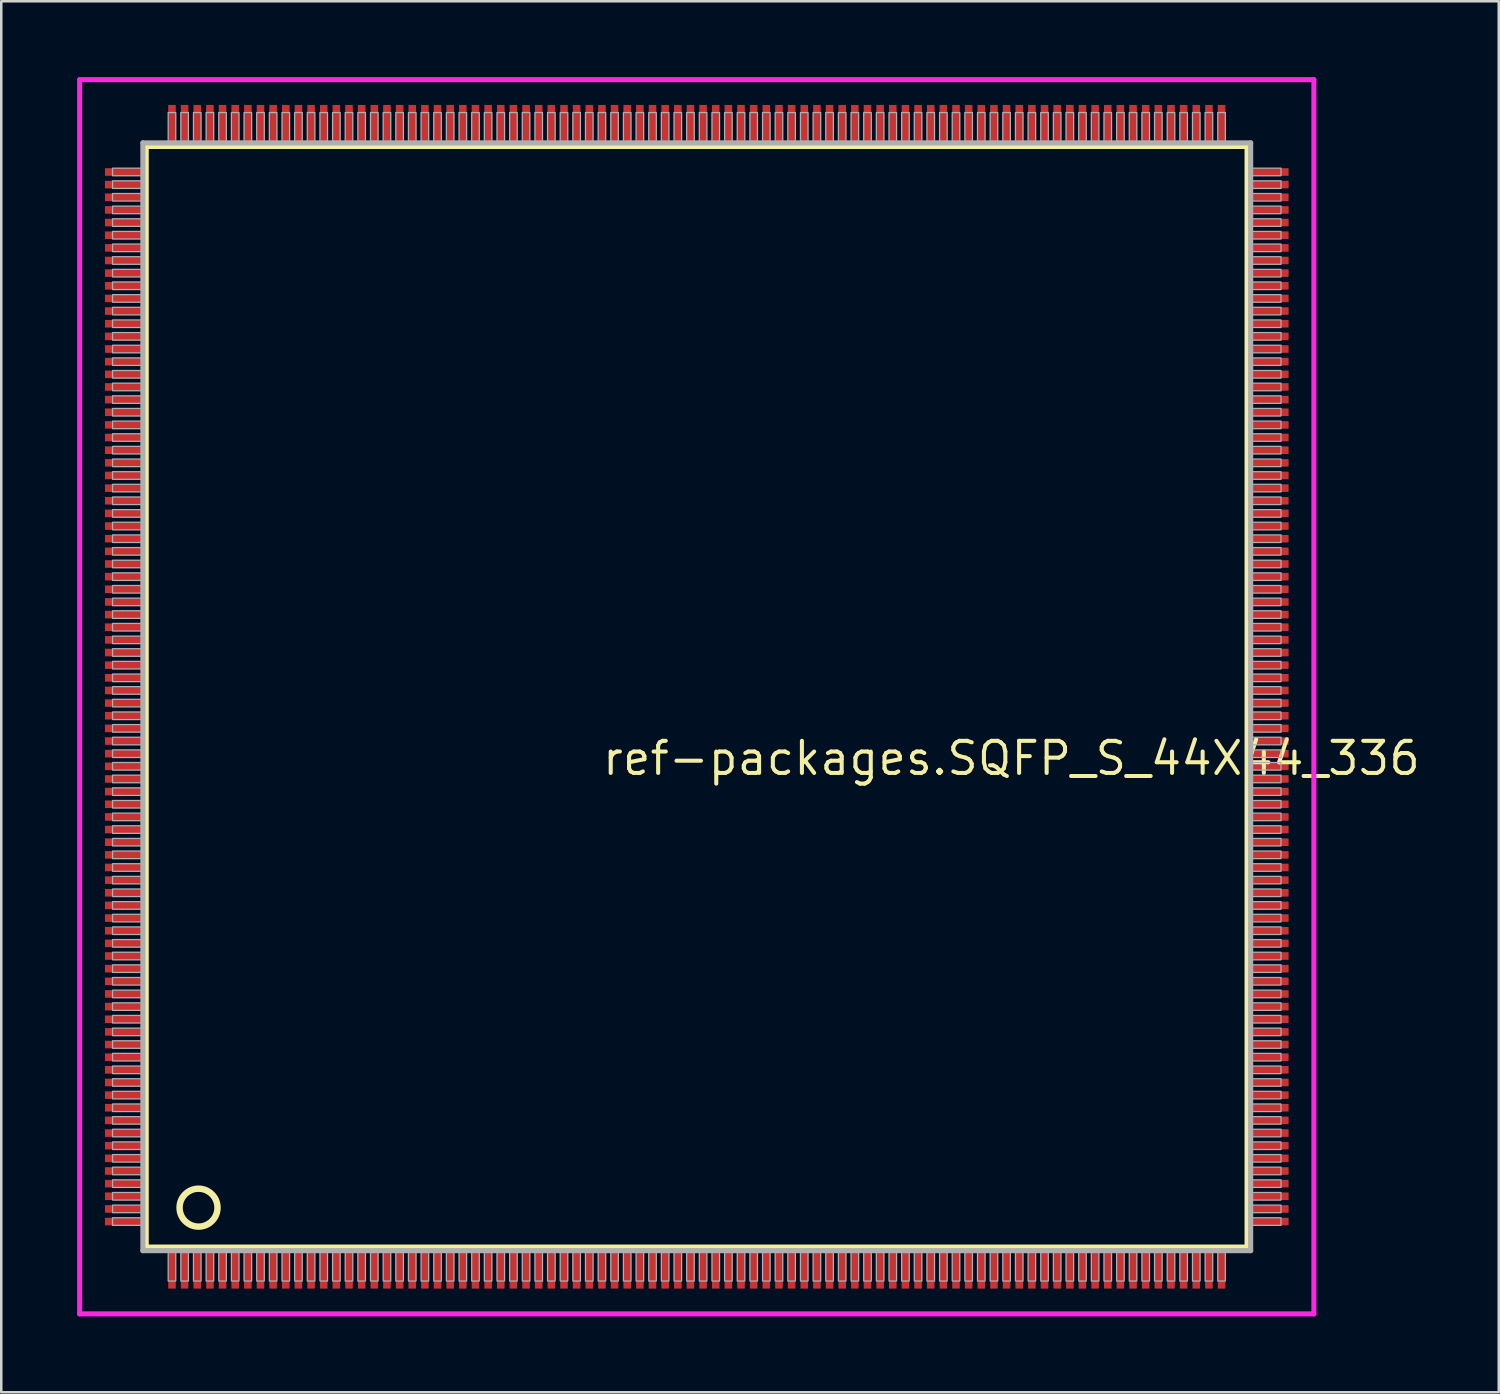
<source format=kicad_pcb>
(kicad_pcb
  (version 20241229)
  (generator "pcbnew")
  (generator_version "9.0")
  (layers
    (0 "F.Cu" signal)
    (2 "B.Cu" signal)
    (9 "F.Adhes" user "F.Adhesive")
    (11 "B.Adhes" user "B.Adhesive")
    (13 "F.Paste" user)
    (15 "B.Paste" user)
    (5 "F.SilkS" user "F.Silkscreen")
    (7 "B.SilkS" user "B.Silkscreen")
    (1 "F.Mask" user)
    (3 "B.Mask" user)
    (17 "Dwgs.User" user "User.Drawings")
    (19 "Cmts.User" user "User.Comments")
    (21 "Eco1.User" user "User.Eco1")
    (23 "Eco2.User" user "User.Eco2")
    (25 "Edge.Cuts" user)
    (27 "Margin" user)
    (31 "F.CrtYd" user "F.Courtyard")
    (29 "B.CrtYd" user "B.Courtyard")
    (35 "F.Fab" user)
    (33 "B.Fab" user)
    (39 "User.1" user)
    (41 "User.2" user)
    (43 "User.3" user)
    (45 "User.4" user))
  (footprint "ref-packages.SQFP_S_44X44_336"
    (layer "F.Cu")
    (at 24.5 24.5)
    (property "Reference" "ref-packages.SQFP_S_44X44_336" (at -3.81 3.175 0) (layer "F.SilkS") (effects (font (size 1.27 1.27) (thickness 0.16)) (justify left bottom)))
    (attr smd)
    (fp_line (start -21.77 -21.76) (end 21.76 -21.76) (stroke (width 0.203) (type default)) (layer "F.SilkS"))
    (fp_line (start -21.77 21.76) (end -21.77 -21.76) (stroke (width 0.203) (type default)) (layer "F.SilkS"))
    (fp_line (start 21.76 21.76) (end -21.77 21.76) (stroke (width 0.203) (type default)) (layer "F.SilkS"))
    (fp_line (start 21.76 -21.76) (end 21.76 21.76) (stroke (width 0.203) (type default)) (layer "F.SilkS"))
    (fp_circle (center -19.7 20.2) (end -18.95 20.2) (stroke (width 0.254) (type default)) (fill no) (layer "F.SilkS"))
    (fp_line (start -24.4 -24.4) (end 24.4 -24.4) (stroke (width 0.2) (type default)) (layer "F.CrtYd"))
    (fp_line (start -24.4 24.4) (end -24.4 -24.4) (stroke (width 0.2) (type default)) (layer "F.CrtYd"))
    (fp_line (start 24.4 -24.4) (end 24.4 24.4) (stroke (width 0.2) (type default)) (layer "F.CrtYd"))
    (fp_line (start 24.4 24.4) (end -24.4 24.4) (stroke (width 0.2) (type default)) (layer "F.CrtYd"))
    (fp_line (start -21.9 21.9) (end 21.9 21.9) (stroke (width 0.203) (type default)) (layer "F.Fab"))
    (fp_line (start -21.9 -21.9) (end -21.9 21.9) (stroke (width 0.203) (type default)) (layer "F.Fab"))
    (fp_line (start 21.9 21.9) (end 21.9 -21.9) (stroke (width 0.203) (type default)) (layer "F.Fab"))
    (fp_line (start 21.9 -21.9) (end -21.9 -21.9) (stroke (width 0.203) (type default)) (layer "F.Fab"))
    (fp_rect (start -23.1 -20.6) (end -21.95 -20.9) (stroke (width 0.05) (type default)) (fill no) (layer "F.Fab"))
    (fp_rect (start -23.1 -20.1) (end -21.95 -20.4) (stroke (width 0.05) (type default)) (fill no) (layer "F.Fab"))
    (fp_rect (start -23.1 -19.6) (end -21.95 -19.9) (stroke (width 0.05) (type default)) (fill no) (layer "F.Fab"))
    (fp_rect (start -23.1 -19.1) (end -21.95 -19.4) (stroke (width 0.05) (type default)) (fill no) (layer "F.Fab"))
    (fp_rect (start -23.1 -18.6) (end -21.95 -18.9) (stroke (width 0.05) (type default)) (fill no) (layer "F.Fab"))
    (fp_rect (start -23.1 -18.1) (end -21.95 -18.4) (stroke (width 0.05) (type default)) (fill no) (layer "F.Fab"))
    (fp_rect (start -23.1 -17.6) (end -21.95 -17.9) (stroke (width 0.05) (type default)) (fill no) (layer "F.Fab"))
    (fp_rect (start -23.1 -17.1) (end -21.95 -17.4) (stroke (width 0.05) (type default)) (fill no) (layer "F.Fab"))
    (fp_rect (start -23.1 -16.6) (end -21.95 -16.9) (stroke (width 0.05) (type default)) (fill no) (layer "F.Fab"))
    (fp_rect (start -23.1 -16.1) (end -21.95 -16.4) (stroke (width 0.05) (type default)) (fill no) (layer "F.Fab"))
    (fp_rect (start -23.1 -15.6) (end -21.95 -15.9) (stroke (width 0.05) (type default)) (fill no) (layer "F.Fab"))
    (fp_rect (start -23.1 -15.1) (end -21.95 -15.4) (stroke (width 0.05) (type default)) (fill no) (layer "F.Fab"))
    (fp_rect (start -23.1 -14.6) (end -21.95 -14.9) (stroke (width 0.05) (type default)) (fill no) (layer "F.Fab"))
    (fp_rect (start -23.1 -14.1) (end -21.95 -14.4) (stroke (width 0.05) (type default)) (fill no) (layer "F.Fab"))
    (fp_rect (start -23.1 -13.6) (end -21.95 -13.9) (stroke (width 0.05) (type default)) (fill no) (layer "F.Fab"))
    (fp_rect (start -23.1 -13.1) (end -21.95 -13.4) (stroke (width 0.05) (type default)) (fill no) (layer "F.Fab"))
    (fp_rect (start -23.1 -12.6) (end -21.95 -12.9) (stroke (width 0.05) (type default)) (fill no) (layer "F.Fab"))
    (fp_rect (start -23.1 -12.1) (end -21.95 -12.4) (stroke (width 0.05) (type default)) (fill no) (layer "F.Fab"))
    (fp_rect (start -23.1 -11.6) (end -21.95 -11.9) (stroke (width 0.05) (type default)) (fill no) (layer "F.Fab"))
    (fp_rect (start -23.1 -11.1) (end -21.95 -11.4) (stroke (width 0.05) (type default)) (fill no) (layer "F.Fab"))
    (fp_rect (start -23.1 -10.6) (end -21.95 -10.9) (stroke (width 0.05) (type default)) (fill no) (layer "F.Fab"))
    (fp_rect (start -23.1 -10.1) (end -21.95 -10.4) (stroke (width 0.05) (type default)) (fill no) (layer "F.Fab"))
    (fp_rect (start -23.1 -9.6) (end -21.95 -9.9) (stroke (width 0.05) (type default)) (fill no) (layer "F.Fab"))
    (fp_rect (start -23.1 -9.1) (end -21.95 -9.4) (stroke (width 0.05) (type default)) (fill no) (layer "F.Fab"))
    (fp_rect (start -23.1 -8.6) (end -21.95 -8.9) (stroke (width 0.05) (type default)) (fill no) (layer "F.Fab"))
    (fp_rect (start -23.1 -8.1) (end -21.95 -8.4) (stroke (width 0.05) (type default)) (fill no) (layer "F.Fab"))
    (fp_rect (start -23.1 -7.6) (end -21.95 -7.9) (stroke (width 0.05) (type default)) (fill no) (layer "F.Fab"))
    (fp_rect (start -23.1 -7.1) (end -21.95 -7.4) (stroke (width 0.05) (type default)) (fill no) (layer "F.Fab"))
    (fp_rect (start -23.1 -6.6) (end -21.95 -6.9) (stroke (width 0.05) (type default)) (fill no) (layer "F.Fab"))
    (fp_rect (start -23.1 -6.1) (end -21.95 -6.4) (stroke (width 0.05) (type default)) (fill no) (layer "F.Fab"))
    (fp_rect (start -23.1 -5.6) (end -21.95 -5.9) (stroke (width 0.05) (type default)) (fill no) (layer "F.Fab"))
    (fp_rect (start -23.1 -5.1) (end -21.95 -5.4) (stroke (width 0.05) (type default)) (fill no) (layer "F.Fab"))
    (fp_rect (start -23.1 -4.6) (end -21.95 -4.9) (stroke (width 0.05) (type default)) (fill no) (layer "F.Fab"))
    (fp_rect (start -23.1 -4.1) (end -21.95 -4.4) (stroke (width 0.05) (type default)) (fill no) (layer "F.Fab"))
    (fp_rect (start -23.1 -3.6) (end -21.95 -3.9) (stroke (width 0.05) (type default)) (fill no) (layer "F.Fab"))
    (fp_rect (start -23.1 -3.1) (end -21.95 -3.4) (stroke (width 0.05) (type default)) (fill no) (layer "F.Fab"))
    (fp_rect (start -23.1 -2.6) (end -21.95 -2.9) (stroke (width 0.05) (type default)) (fill no) (layer "F.Fab"))
    (fp_rect (start -23.1 -2.1) (end -21.95 -2.4) (stroke (width 0.05) (type default)) (fill no) (layer "F.Fab"))
    (fp_rect (start -23.1 -1.6) (end -21.95 -1.9) (stroke (width 0.05) (type default)) (fill no) (layer "F.Fab"))
    (fp_rect (start -23.1 -1.1) (end -21.95 -1.4) (stroke (width 0.05) (type default)) (fill no) (layer "F.Fab"))
    (fp_rect (start -23.1 -0.6) (end -21.95 -0.9) (stroke (width 0.05) (type default)) (fill no) (layer "F.Fab"))
    (fp_rect (start -23.1 -0.1) (end -21.95 -0.4) (stroke (width 0.05) (type default)) (fill no) (layer "F.Fab"))
    (fp_rect (start -23.1 0.4) (end -21.95 0.1) (stroke (width 0.05) (type default)) (fill no) (layer "F.Fab"))
    (fp_rect (start -23.1 0.9) (end -21.95 0.6) (stroke (width 0.05) (type default)) (fill no) (layer "F.Fab"))
    (fp_rect (start -23.1 1.4) (end -21.95 1.1) (stroke (width 0.05) (type default)) (fill no) (layer "F.Fab"))
    (fp_rect (start -23.1 1.9) (end -21.95 1.6) (stroke (width 0.05) (type default)) (fill no) (layer "F.Fab"))
    (fp_rect (start -23.1 2.4) (end -21.95 2.1) (stroke (width 0.05) (type default)) (fill no) (layer "F.Fab"))
    (fp_rect (start -23.1 2.9) (end -21.95 2.6) (stroke (width 0.05) (type default)) (fill no) (layer "F.Fab"))
    (fp_rect (start -23.1 3.4) (end -21.95 3.1) (stroke (width 0.05) (type default)) (fill no) (layer "F.Fab"))
    (fp_rect (start -23.1 3.9) (end -21.95 3.6) (stroke (width 0.05) (type default)) (fill no) (layer "F.Fab"))
    (fp_rect (start -23.1 4.4) (end -21.95 4.1) (stroke (width 0.05) (type default)) (fill no) (layer "F.Fab"))
    (fp_rect (start -23.1 4.9) (end -21.95 4.6) (stroke (width 0.05) (type default)) (fill no) (layer "F.Fab"))
    (fp_rect (start -23.1 5.4) (end -21.95 5.1) (stroke (width 0.05) (type default)) (fill no) (layer "F.Fab"))
    (fp_rect (start -23.1 5.9) (end -21.95 5.6) (stroke (width 0.05) (type default)) (fill no) (layer "F.Fab"))
    (fp_rect (start -23.1 6.4) (end -21.95 6.1) (stroke (width 0.05) (type default)) (fill no) (layer "F.Fab"))
    (fp_rect (start -23.1 6.9) (end -21.95 6.6) (stroke (width 0.05) (type default)) (fill no) (layer "F.Fab"))
    (fp_rect (start -23.1 7.4) (end -21.95 7.1) (stroke (width 0.05) (type default)) (fill no) (layer "F.Fab"))
    (fp_rect (start -23.1 7.9) (end -21.95 7.6) (stroke (width 0.05) (type default)) (fill no) (layer "F.Fab"))
    (fp_rect (start -23.1 8.4) (end -21.95 8.1) (stroke (width 0.05) (type default)) (fill no) (layer "F.Fab"))
    (fp_rect (start -23.1 8.9) (end -21.95 8.6) (stroke (width 0.05) (type default)) (fill no) (layer "F.Fab"))
    (fp_rect (start -23.1 9.4) (end -21.95 9.1) (stroke (width 0.05) (type default)) (fill no) (layer "F.Fab"))
    (fp_rect (start -23.1 9.9) (end -21.95 9.6) (stroke (width 0.05) (type default)) (fill no) (layer "F.Fab"))
    (fp_rect (start -23.1 10.4) (end -21.95 10.1) (stroke (width 0.05) (type default)) (fill no) (layer "F.Fab"))
    (fp_rect (start -23.1 10.9) (end -21.95 10.6) (stroke (width 0.05) (type default)) (fill no) (layer "F.Fab"))
    (fp_rect (start -23.1 11.4) (end -21.95 11.1) (stroke (width 0.05) (type default)) (fill no) (layer "F.Fab"))
    (fp_rect (start -23.1 11.9) (end -21.95 11.6) (stroke (width 0.05) (type default)) (fill no) (layer "F.Fab"))
    (fp_rect (start -23.1 12.4) (end -21.95 12.1) (stroke (width 0.05) (type default)) (fill no) (layer "F.Fab"))
    (fp_rect (start -23.1 12.9) (end -21.95 12.6) (stroke (width 0.05) (type default)) (fill no) (layer "F.Fab"))
    (fp_rect (start -23.1 13.4) (end -21.95 13.1) (stroke (width 0.05) (type default)) (fill no) (layer "F.Fab"))
    (fp_rect (start -23.1 13.9) (end -21.95 13.6) (stroke (width 0.05) (type default)) (fill no) (layer "F.Fab"))
    (fp_rect (start -23.1 14.4) (end -21.95 14.1) (stroke (width 0.05) (type default)) (fill no) (layer "F.Fab"))
    (fp_rect (start -23.1 14.9) (end -21.95 14.6) (stroke (width 0.05) (type default)) (fill no) (layer "F.Fab"))
    (fp_rect (start -23.1 15.4) (end -21.95 15.1) (stroke (width 0.05) (type default)) (fill no) (layer "F.Fab"))
    (fp_rect (start -23.1 15.9) (end -21.95 15.6) (stroke (width 0.05) (type default)) (fill no) (layer "F.Fab"))
    (fp_rect (start -23.1 16.4) (end -21.95 16.1) (stroke (width 0.05) (type default)) (fill no) (layer "F.Fab"))
    (fp_rect (start -23.1 16.9) (end -21.95 16.6) (stroke (width 0.05) (type default)) (fill no) (layer "F.Fab"))
    (fp_rect (start -23.1 17.4) (end -21.95 17.1) (stroke (width 0.05) (type default)) (fill no) (layer "F.Fab"))
    (fp_rect (start -23.1 17.9) (end -21.95 17.6) (stroke (width 0.05) (type default)) (fill no) (layer "F.Fab"))
    (fp_rect (start -23.1 18.4) (end -21.95 18.1) (stroke (width 0.05) (type default)) (fill no) (layer "F.Fab"))
    (fp_rect (start -23.1 18.9) (end -21.95 18.6) (stroke (width 0.05) (type default)) (fill no) (layer "F.Fab"))
    (fp_rect (start -23.1 19.4) (end -21.95 19.1) (stroke (width 0.05) (type default)) (fill no) (layer "F.Fab"))
    (fp_rect (start -23.1 19.9) (end -21.95 19.6) (stroke (width 0.05) (type default)) (fill no) (layer "F.Fab"))
    (fp_rect (start -23.1 20.4) (end -21.95 20.1) (stroke (width 0.05) (type default)) (fill no) (layer "F.Fab"))
    (fp_rect (start -23.1 20.9) (end -21.95 20.6) (stroke (width 0.05) (type default)) (fill no) (layer "F.Fab"))
    (fp_rect (start -20.9 -21.95) (end -20.6 -23.1) (stroke (width 0.05) (type default)) (fill no) (layer "F.Fab"))
    (fp_rect (start -20.9 23.1) (end -20.6 21.95) (stroke (width 0.05) (type default)) (fill no) (layer "F.Fab"))
    (fp_rect (start -20.4 -21.95) (end -20.1 -23.1) (stroke (width 0.05) (type default)) (fill no) (layer "F.Fab"))
    (fp_rect (start -20.4 23.1) (end -20.1 21.95) (stroke (width 0.05) (type default)) (fill no) (layer "F.Fab"))
    (fp_rect (start -19.9 -21.95) (end -19.6 -23.1) (stroke (width 0.05) (type default)) (fill no) (layer "F.Fab"))
    (fp_rect (start -19.9 23.1) (end -19.6 21.95) (stroke (width 0.05) (type default)) (fill no) (layer "F.Fab"))
    (fp_rect (start -19.4 -21.95) (end -19.1 -23.1) (stroke (width 0.05) (type default)) (fill no) (layer "F.Fab"))
    (fp_rect (start -19.4 23.1) (end -19.1 21.95) (stroke (width 0.05) (type default)) (fill no) (layer "F.Fab"))
    (fp_rect (start -18.9 -21.95) (end -18.6 -23.1) (stroke (width 0.05) (type default)) (fill no) (layer "F.Fab"))
    (fp_rect (start -18.9 23.1) (end -18.6 21.95) (stroke (width 0.05) (type default)) (fill no) (layer "F.Fab"))
    (fp_rect (start -18.4 -21.95) (end -18.1 -23.1) (stroke (width 0.05) (type default)) (fill no) (layer "F.Fab"))
    (fp_rect (start -18.4 23.1) (end -18.1 21.95) (stroke (width 0.05) (type default)) (fill no) (layer "F.Fab"))
    (fp_rect (start -17.9 -21.95) (end -17.6 -23.1) (stroke (width 0.05) (type default)) (fill no) (layer "F.Fab"))
    (fp_rect (start -17.9 23.1) (end -17.6 21.95) (stroke (width 0.05) (type default)) (fill no) (layer "F.Fab"))
    (fp_rect (start -17.4 -21.95) (end -17.1 -23.1) (stroke (width 0.05) (type default)) (fill no) (layer "F.Fab"))
    (fp_rect (start -17.4 23.1) (end -17.1 21.95) (stroke (width 0.05) (type default)) (fill no) (layer "F.Fab"))
    (fp_rect (start -16.9 -21.95) (end -16.6 -23.1) (stroke (width 0.05) (type default)) (fill no) (layer "F.Fab"))
    (fp_rect (start -16.9 23.1) (end -16.6 21.95) (stroke (width 0.05) (type default)) (fill no) (layer "F.Fab"))
    (fp_rect (start -16.4 -21.95) (end -16.1 -23.1) (stroke (width 0.05) (type default)) (fill no) (layer "F.Fab"))
    (fp_rect (start -16.4 23.1) (end -16.1 21.95) (stroke (width 0.05) (type default)) (fill no) (layer "F.Fab"))
    (fp_rect (start -15.9 -21.95) (end -15.6 -23.1) (stroke (width 0.05) (type default)) (fill no) (layer "F.Fab"))
    (fp_rect (start -15.9 23.1) (end -15.6 21.95) (stroke (width 0.05) (type default)) (fill no) (layer "F.Fab"))
    (fp_rect (start -15.4 -21.95) (end -15.1 -23.1) (stroke (width 0.05) (type default)) (fill no) (layer "F.Fab"))
    (fp_rect (start -15.4 23.1) (end -15.1 21.95) (stroke (width 0.05) (type default)) (fill no) (layer "F.Fab"))
    (fp_rect (start -14.9 -21.95) (end -14.6 -23.1) (stroke (width 0.05) (type default)) (fill no) (layer "F.Fab"))
    (fp_rect (start -14.9 23.1) (end -14.6 21.95) (stroke (width 0.05) (type default)) (fill no) (layer "F.Fab"))
    (fp_rect (start -14.4 -21.95) (end -14.1 -23.1) (stroke (width 0.05) (type default)) (fill no) (layer "F.Fab"))
    (fp_rect (start -14.4 23.1) (end -14.1 21.95) (stroke (width 0.05) (type default)) (fill no) (layer "F.Fab"))
    (fp_rect (start -13.9 -21.95) (end -13.6 -23.1) (stroke (width 0.05) (type default)) (fill no) (layer "F.Fab"))
    (fp_rect (start -13.9 23.1) (end -13.6 21.95) (stroke (width 0.05) (type default)) (fill no) (layer "F.Fab"))
    (fp_rect (start -13.4 -21.95) (end -13.1 -23.1) (stroke (width 0.05) (type default)) (fill no) (layer "F.Fab"))
    (fp_rect (start -13.4 23.1) (end -13.1 21.95) (stroke (width 0.05) (type default)) (fill no) (layer "F.Fab"))
    (fp_rect (start -12.9 -21.95) (end -12.6 -23.1) (stroke (width 0.05) (type default)) (fill no) (layer "F.Fab"))
    (fp_rect (start -12.9 23.1) (end -12.6 21.95) (stroke (width 0.05) (type default)) (fill no) (layer "F.Fab"))
    (fp_rect (start -12.4 -21.95) (end -12.1 -23.1) (stroke (width 0.05) (type default)) (fill no) (layer "F.Fab"))
    (fp_rect (start -12.4 23.1) (end -12.1 21.95) (stroke (width 0.05) (type default)) (fill no) (layer "F.Fab"))
    (fp_rect (start -11.9 -21.95) (end -11.6 -23.1) (stroke (width 0.05) (type default)) (fill no) (layer "F.Fab"))
    (fp_rect (start -11.9 23.1) (end -11.6 21.95) (stroke (width 0.05) (type default)) (fill no) (layer "F.Fab"))
    (fp_rect (start -11.4 -21.95) (end -11.1 -23.1) (stroke (width 0.05) (type default)) (fill no) (layer "F.Fab"))
    (fp_rect (start -11.4 23.1) (end -11.1 21.95) (stroke (width 0.05) (type default)) (fill no) (layer "F.Fab"))
    (fp_rect (start -10.9 -21.95) (end -10.6 -23.1) (stroke (width 0.05) (type default)) (fill no) (layer "F.Fab"))
    (fp_rect (start -10.9 23.1) (end -10.6 21.95) (stroke (width 0.05) (type default)) (fill no) (layer "F.Fab"))
    (fp_rect (start -10.4 -21.95) (end -10.1 -23.1) (stroke (width 0.05) (type default)) (fill no) (layer "F.Fab"))
    (fp_rect (start -10.4 23.1) (end -10.1 21.95) (stroke (width 0.05) (type default)) (fill no) (layer "F.Fab"))
    (fp_rect (start -9.9 -21.95) (end -9.6 -23.1) (stroke (width 0.05) (type default)) (fill no) (layer "F.Fab"))
    (fp_rect (start -9.9 23.1) (end -9.6 21.95) (stroke (width 0.05) (type default)) (fill no) (layer "F.Fab"))
    (fp_rect (start -9.4 -21.95) (end -9.1 -23.1) (stroke (width 0.05) (type default)) (fill no) (layer "F.Fab"))
    (fp_rect (start -9.4 23.1) (end -9.1 21.95) (stroke (width 0.05) (type default)) (fill no) (layer "F.Fab"))
    (fp_rect (start -8.9 -21.95) (end -8.6 -23.1) (stroke (width 0.05) (type default)) (fill no) (layer "F.Fab"))
    (fp_rect (start -8.9 23.1) (end -8.6 21.95) (stroke (width 0.05) (type default)) (fill no) (layer "F.Fab"))
    (fp_rect (start -8.4 -21.95) (end -8.1 -23.1) (stroke (width 0.05) (type default)) (fill no) (layer "F.Fab"))
    (fp_rect (start -8.4 23.1) (end -8.1 21.95) (stroke (width 0.05) (type default)) (fill no) (layer "F.Fab"))
    (fp_rect (start -7.9 -21.95) (end -7.6 -23.1) (stroke (width 0.05) (type default)) (fill no) (layer "F.Fab"))
    (fp_rect (start -7.9 23.1) (end -7.6 21.95) (stroke (width 0.05) (type default)) (fill no) (layer "F.Fab"))
    (fp_rect (start -7.4 -21.95) (end -7.1 -23.1) (stroke (width 0.05) (type default)) (fill no) (layer "F.Fab"))
    (fp_rect (start -7.4 23.1) (end -7.1 21.95) (stroke (width 0.05) (type default)) (fill no) (layer "F.Fab"))
    (fp_rect (start -6.9 -21.95) (end -6.6 -23.1) (stroke (width 0.05) (type default)) (fill no) (layer "F.Fab"))
    (fp_rect (start -6.9 23.1) (end -6.6 21.95) (stroke (width 0.05) (type default)) (fill no) (layer "F.Fab"))
    (fp_rect (start -6.4 -21.95) (end -6.1 -23.1) (stroke (width 0.05) (type default)) (fill no) (layer "F.Fab"))
    (fp_rect (start -6.4 23.1) (end -6.1 21.95) (stroke (width 0.05) (type default)) (fill no) (layer "F.Fab"))
    (fp_rect (start -5.9 -21.95) (end -5.6 -23.1) (stroke (width 0.05) (type default)) (fill no) (layer "F.Fab"))
    (fp_rect (start -5.9 23.1) (end -5.6 21.95) (stroke (width 0.05) (type default)) (fill no) (layer "F.Fab"))
    (fp_rect (start -5.4 -21.95) (end -5.1 -23.1) (stroke (width 0.05) (type default)) (fill no) (layer "F.Fab"))
    (fp_rect (start -5.4 23.1) (end -5.1 21.95) (stroke (width 0.05) (type default)) (fill no) (layer "F.Fab"))
    (fp_rect (start -4.9 -21.95) (end -4.6 -23.1) (stroke (width 0.05) (type default)) (fill no) (layer "F.Fab"))
    (fp_rect (start -4.9 23.1) (end -4.6 21.95) (stroke (width 0.05) (type default)) (fill no) (layer "F.Fab"))
    (fp_rect (start -4.4 -21.95) (end -4.1 -23.1) (stroke (width 0.05) (type default)) (fill no) (layer "F.Fab"))
    (fp_rect (start -4.4 23.1) (end -4.1 21.95) (stroke (width 0.05) (type default)) (fill no) (layer "F.Fab"))
    (fp_rect (start -3.9 -21.95) (end -3.6 -23.1) (stroke (width 0.05) (type default)) (fill no) (layer "F.Fab"))
    (fp_rect (start -3.9 23.1) (end -3.6 21.95) (stroke (width 0.05) (type default)) (fill no) (layer "F.Fab"))
    (fp_rect (start -3.4 -21.95) (end -3.1 -23.1) (stroke (width 0.05) (type default)) (fill no) (layer "F.Fab"))
    (fp_rect (start -3.4 23.1) (end -3.1 21.95) (stroke (width 0.05) (type default)) (fill no) (layer "F.Fab"))
    (fp_rect (start -2.9 -21.95) (end -2.6 -23.1) (stroke (width 0.05) (type default)) (fill no) (layer "F.Fab"))
    (fp_rect (start -2.9 23.1) (end -2.6 21.95) (stroke (width 0.05) (type default)) (fill no) (layer "F.Fab"))
    (fp_rect (start -2.4 -21.95) (end -2.1 -23.1) (stroke (width 0.05) (type default)) (fill no) (layer "F.Fab"))
    (fp_rect (start -2.4 23.1) (end -2.1 21.95) (stroke (width 0.05) (type default)) (fill no) (layer "F.Fab"))
    (fp_rect (start -1.9 -21.95) (end -1.6 -23.1) (stroke (width 0.05) (type default)) (fill no) (layer "F.Fab"))
    (fp_rect (start -1.9 23.1) (end -1.6 21.95) (stroke (width 0.05) (type default)) (fill no) (layer "F.Fab"))
    (fp_rect (start -1.4 -21.95) (end -1.1 -23.1) (stroke (width 0.05) (type default)) (fill no) (layer "F.Fab"))
    (fp_rect (start -1.4 23.1) (end -1.1 21.95) (stroke (width 0.05) (type default)) (fill no) (layer "F.Fab"))
    (fp_rect (start -0.9 -21.95) (end -0.6 -23.1) (stroke (width 0.05) (type default)) (fill no) (layer "F.Fab"))
    (fp_rect (start -0.9 23.1) (end -0.6 21.95) (stroke (width 0.05) (type default)) (fill no) (layer "F.Fab"))
    (fp_rect (start -0.4 -21.95) (end -0.1 -23.1) (stroke (width 0.05) (type default)) (fill no) (layer "F.Fab"))
    (fp_rect (start -0.4 23.1) (end -0.1 21.95) (stroke (width 0.05) (type default)) (fill no) (layer "F.Fab"))
    (fp_rect (start 0.1 -21.95) (end 0.4 -23.1) (stroke (width 0.05) (type default)) (fill no) (layer "F.Fab"))
    (fp_rect (start 0.1 23.1) (end 0.4 21.95) (stroke (width 0.05) (type default)) (fill no) (layer "F.Fab"))
    (fp_rect (start 0.6 -21.95) (end 0.9 -23.1) (stroke (width 0.05) (type default)) (fill no) (layer "F.Fab"))
    (fp_rect (start 0.6 23.1) (end 0.9 21.95) (stroke (width 0.05) (type default)) (fill no) (layer "F.Fab"))
    (fp_rect (start 1.1 -21.95) (end 1.4 -23.1) (stroke (width 0.05) (type default)) (fill no) (layer "F.Fab"))
    (fp_rect (start 1.1 23.1) (end 1.4 21.95) (stroke (width 0.05) (type default)) (fill no) (layer "F.Fab"))
    (fp_rect (start 1.6 -21.95) (end 1.9 -23.1) (stroke (width 0.05) (type default)) (fill no) (layer "F.Fab"))
    (fp_rect (start 1.6 23.1) (end 1.9 21.95) (stroke (width 0.05) (type default)) (fill no) (layer "F.Fab"))
    (fp_rect (start 2.1 -21.95) (end 2.4 -23.1) (stroke (width 0.05) (type default)) (fill no) (layer "F.Fab"))
    (fp_rect (start 2.1 23.1) (end 2.4 21.95) (stroke (width 0.05) (type default)) (fill no) (layer "F.Fab"))
    (fp_rect (start 2.6 -21.95) (end 2.9 -23.1) (stroke (width 0.05) (type default)) (fill no) (layer "F.Fab"))
    (fp_rect (start 2.6 23.1) (end 2.9 21.95) (stroke (width 0.05) (type default)) (fill no) (layer "F.Fab"))
    (fp_rect (start 3.1 -21.95) (end 3.4 -23.1) (stroke (width 0.05) (type default)) (fill no) (layer "F.Fab"))
    (fp_rect (start 3.1 23.1) (end 3.4 21.95) (stroke (width 0.05) (type default)) (fill no) (layer "F.Fab"))
    (fp_rect (start 3.6 -21.95) (end 3.9 -23.1) (stroke (width 0.05) (type default)) (fill no) (layer "F.Fab"))
    (fp_rect (start 3.6 23.1) (end 3.9 21.95) (stroke (width 0.05) (type default)) (fill no) (layer "F.Fab"))
    (fp_rect (start 4.1 -21.95) (end 4.4 -23.1) (stroke (width 0.05) (type default)) (fill no) (layer "F.Fab"))
    (fp_rect (start 4.1 23.1) (end 4.4 21.95) (stroke (width 0.05) (type default)) (fill no) (layer "F.Fab"))
    (fp_rect (start 4.6 -21.95) (end 4.9 -23.1) (stroke (width 0.05) (type default)) (fill no) (layer "F.Fab"))
    (fp_rect (start 4.6 23.1) (end 4.9 21.95) (stroke (width 0.05) (type default)) (fill no) (layer "F.Fab"))
    (fp_rect (start 5.1 -21.95) (end 5.4 -23.1) (stroke (width 0.05) (type default)) (fill no) (layer "F.Fab"))
    (fp_rect (start 5.1 23.1) (end 5.4 21.95) (stroke (width 0.05) (type default)) (fill no) (layer "F.Fab"))
    (fp_rect (start 5.6 -21.95) (end 5.9 -23.1) (stroke (width 0.05) (type default)) (fill no) (layer "F.Fab"))
    (fp_rect (start 5.6 23.1) (end 5.9 21.95) (stroke (width 0.05) (type default)) (fill no) (layer "F.Fab"))
    (fp_rect (start 6.1 -21.95) (end 6.4 -23.1) (stroke (width 0.05) (type default)) (fill no) (layer "F.Fab"))
    (fp_rect (start 6.1 23.1) (end 6.4 21.95) (stroke (width 0.05) (type default)) (fill no) (layer "F.Fab"))
    (fp_rect (start 6.6 -21.95) (end 6.9 -23.1) (stroke (width 0.05) (type default)) (fill no) (layer "F.Fab"))
    (fp_rect (start 6.6 23.1) (end 6.9 21.95) (stroke (width 0.05) (type default)) (fill no) (layer "F.Fab"))
    (fp_rect (start 7.1 -21.95) (end 7.4 -23.1) (stroke (width 0.05) (type default)) (fill no) (layer "F.Fab"))
    (fp_rect (start 7.1 23.1) (end 7.4 21.95) (stroke (width 0.05) (type default)) (fill no) (layer "F.Fab"))
    (fp_rect (start 7.6 -21.95) (end 7.9 -23.1) (stroke (width 0.05) (type default)) (fill no) (layer "F.Fab"))
    (fp_rect (start 7.6 23.1) (end 7.9 21.95) (stroke (width 0.05) (type default)) (fill no) (layer "F.Fab"))
    (fp_rect (start 8.1 -21.95) (end 8.4 -23.1) (stroke (width 0.05) (type default)) (fill no) (layer "F.Fab"))
    (fp_rect (start 8.1 23.1) (end 8.4 21.95) (stroke (width 0.05) (type default)) (fill no) (layer "F.Fab"))
    (fp_rect (start 8.6 -21.95) (end 8.9 -23.1) (stroke (width 0.05) (type default)) (fill no) (layer "F.Fab"))
    (fp_rect (start 8.6 23.1) (end 8.9 21.95) (stroke (width 0.05) (type default)) (fill no) (layer "F.Fab"))
    (fp_rect (start 9.1 -21.95) (end 9.4 -23.1) (stroke (width 0.05) (type default)) (fill no) (layer "F.Fab"))
    (fp_rect (start 9.1 23.1) (end 9.4 21.95) (stroke (width 0.05) (type default)) (fill no) (layer "F.Fab"))
    (fp_rect (start 9.6 -21.95) (end 9.9 -23.1) (stroke (width 0.05) (type default)) (fill no) (layer "F.Fab"))
    (fp_rect (start 9.6 23.1) (end 9.9 21.95) (stroke (width 0.05) (type default)) (fill no) (layer "F.Fab"))
    (fp_rect (start 10.1 -21.95) (end 10.4 -23.1) (stroke (width 0.05) (type default)) (fill no) (layer "F.Fab"))
    (fp_rect (start 10.1 23.1) (end 10.4 21.95) (stroke (width 0.05) (type default)) (fill no) (layer "F.Fab"))
    (fp_rect (start 10.6 -21.95) (end 10.9 -23.1) (stroke (width 0.05) (type default)) (fill no) (layer "F.Fab"))
    (fp_rect (start 10.6 23.1) (end 10.9 21.95) (stroke (width 0.05) (type default)) (fill no) (layer "F.Fab"))
    (fp_rect (start 11.1 -21.95) (end 11.4 -23.1) (stroke (width 0.05) (type default)) (fill no) (layer "F.Fab"))
    (fp_rect (start 11.1 23.1) (end 11.4 21.95) (stroke (width 0.05) (type default)) (fill no) (layer "F.Fab"))
    (fp_rect (start 11.6 -21.95) (end 11.9 -23.1) (stroke (width 0.05) (type default)) (fill no) (layer "F.Fab"))
    (fp_rect (start 11.6 23.1) (end 11.9 21.95) (stroke (width 0.05) (type default)) (fill no) (layer "F.Fab"))
    (fp_rect (start 12.1 -21.95) (end 12.4 -23.1) (stroke (width 0.05) (type default)) (fill no) (layer "F.Fab"))
    (fp_rect (start 12.1 23.1) (end 12.4 21.95) (stroke (width 0.05) (type default)) (fill no) (layer "F.Fab"))
    (fp_rect (start 12.6 -21.95) (end 12.9 -23.1) (stroke (width 0.05) (type default)) (fill no) (layer "F.Fab"))
    (fp_rect (start 12.6 23.1) (end 12.9 21.95) (stroke (width 0.05) (type default)) (fill no) (layer "F.Fab"))
    (fp_rect (start 13.1 -21.95) (end 13.4 -23.1) (stroke (width 0.05) (type default)) (fill no) (layer "F.Fab"))
    (fp_rect (start 13.1 23.1) (end 13.4 21.95) (stroke (width 0.05) (type default)) (fill no) (layer "F.Fab"))
    (fp_rect (start 13.6 -21.95) (end 13.9 -23.1) (stroke (width 0.05) (type default)) (fill no) (layer "F.Fab"))
    (fp_rect (start 13.6 23.1) (end 13.9 21.95) (stroke (width 0.05) (type default)) (fill no) (layer "F.Fab"))
    (fp_rect (start 14.1 -21.95) (end 14.4 -23.1) (stroke (width 0.05) (type default)) (fill no) (layer "F.Fab"))
    (fp_rect (start 14.1 23.1) (end 14.4 21.95) (stroke (width 0.05) (type default)) (fill no) (layer "F.Fab"))
    (fp_rect (start 14.6 -21.95) (end 14.9 -23.1) (stroke (width 0.05) (type default)) (fill no) (layer "F.Fab"))
    (fp_rect (start 14.6 23.1) (end 14.9 21.95) (stroke (width 0.05) (type default)) (fill no) (layer "F.Fab"))
    (fp_rect (start 15.1 -21.95) (end 15.4 -23.1) (stroke (width 0.05) (type default)) (fill no) (layer "F.Fab"))
    (fp_rect (start 15.1 23.1) (end 15.4 21.95) (stroke (width 0.05) (type default)) (fill no) (layer "F.Fab"))
    (fp_rect (start 15.6 -21.95) (end 15.9 -23.1) (stroke (width 0.05) (type default)) (fill no) (layer "F.Fab"))
    (fp_rect (start 15.6 23.1) (end 15.9 21.95) (stroke (width 0.05) (type default)) (fill no) (layer "F.Fab"))
    (fp_rect (start 16.1 -21.95) (end 16.4 -23.1) (stroke (width 0.05) (type default)) (fill no) (layer "F.Fab"))
    (fp_rect (start 16.1 23.1) (end 16.4 21.95) (stroke (width 0.05) (type default)) (fill no) (layer "F.Fab"))
    (fp_rect (start 16.6 -21.95) (end 16.9 -23.1) (stroke (width 0.05) (type default)) (fill no) (layer "F.Fab"))
    (fp_rect (start 16.6 23.1) (end 16.9 21.95) (stroke (width 0.05) (type default)) (fill no) (layer "F.Fab"))
    (fp_rect (start 17.1 -21.95) (end 17.4 -23.1) (stroke (width 0.05) (type default)) (fill no) (layer "F.Fab"))
    (fp_rect (start 17.1 23.1) (end 17.4 21.95) (stroke (width 0.05) (type default)) (fill no) (layer "F.Fab"))
    (fp_rect (start 17.6 -21.95) (end 17.9 -23.1) (stroke (width 0.05) (type default)) (fill no) (layer "F.Fab"))
    (fp_rect (start 17.6 23.1) (end 17.9 21.95) (stroke (width 0.05) (type default)) (fill no) (layer "F.Fab"))
    (fp_rect (start 18.1 -21.95) (end 18.4 -23.1) (stroke (width 0.05) (type default)) (fill no) (layer "F.Fab"))
    (fp_rect (start 18.1 23.1) (end 18.4 21.95) (stroke (width 0.05) (type default)) (fill no) (layer "F.Fab"))
    (fp_rect (start 18.6 -21.95) (end 18.9 -23.1) (stroke (width 0.05) (type default)) (fill no) (layer "F.Fab"))
    (fp_rect (start 18.6 23.1) (end 18.9 21.95) (stroke (width 0.05) (type default)) (fill no) (layer "F.Fab"))
    (fp_rect (start 19.1 -21.95) (end 19.4 -23.1) (stroke (width 0.05) (type default)) (fill no) (layer "F.Fab"))
    (fp_rect (start 19.1 23.1) (end 19.4 21.95) (stroke (width 0.05) (type default)) (fill no) (layer "F.Fab"))
    (fp_rect (start 19.6 -21.95) (end 19.9 -23.1) (stroke (width 0.05) (type default)) (fill no) (layer "F.Fab"))
    (fp_rect (start 19.6 23.1) (end 19.9 21.95) (stroke (width 0.05) (type default)) (fill no) (layer "F.Fab"))
    (fp_rect (start 20.1 -21.95) (end 20.4 -23.1) (stroke (width 0.05) (type default)) (fill no) (layer "F.Fab"))
    (fp_rect (start 20.1 23.1) (end 20.4 21.95) (stroke (width 0.05) (type default)) (fill no) (layer "F.Fab"))
    (fp_rect (start 20.6 -21.95) (end 20.9 -23.1) (stroke (width 0.05) (type default)) (fill no) (layer "F.Fab"))
    (fp_rect (start 20.6 23.1) (end 20.9 21.95) (stroke (width 0.05) (type default)) (fill no) (layer "F.Fab"))
    (fp_rect (start 21.95 -20.6) (end 23.1 -20.9) (stroke (width 0.05) (type default)) (fill no) (layer "F.Fab"))
    (fp_rect (start 21.95 -20.1) (end 23.1 -20.4) (stroke (width 0.05) (type default)) (fill no) (layer "F.Fab"))
    (fp_rect (start 21.95 -19.6) (end 23.1 -19.9) (stroke (width 0.05) (type default)) (fill no) (layer "F.Fab"))
    (fp_rect (start 21.95 -19.1) (end 23.1 -19.4) (stroke (width 0.05) (type default)) (fill no) (layer "F.Fab"))
    (fp_rect (start 21.95 -18.6) (end 23.1 -18.9) (stroke (width 0.05) (type default)) (fill no) (layer "F.Fab"))
    (fp_rect (start 21.95 -18.1) (end 23.1 -18.4) (stroke (width 0.05) (type default)) (fill no) (layer "F.Fab"))
    (fp_rect (start 21.95 -17.6) (end 23.1 -17.9) (stroke (width 0.05) (type default)) (fill no) (layer "F.Fab"))
    (fp_rect (start 21.95 -17.1) (end 23.1 -17.4) (stroke (width 0.05) (type default)) (fill no) (layer "F.Fab"))
    (fp_rect (start 21.95 -16.6) (end 23.1 -16.9) (stroke (width 0.05) (type default)) (fill no) (layer "F.Fab"))
    (fp_rect (start 21.95 -16.1) (end 23.1 -16.4) (stroke (width 0.05) (type default)) (fill no) (layer "F.Fab"))
    (fp_rect (start 21.95 -15.6) (end 23.1 -15.9) (stroke (width 0.05) (type default)) (fill no) (layer "F.Fab"))
    (fp_rect (start 21.95 -15.1) (end 23.1 -15.4) (stroke (width 0.05) (type default)) (fill no) (layer "F.Fab"))
    (fp_rect (start 21.95 -14.6) (end 23.1 -14.9) (stroke (width 0.05) (type default)) (fill no) (layer "F.Fab"))
    (fp_rect (start 21.95 -14.1) (end 23.1 -14.4) (stroke (width 0.05) (type default)) (fill no) (layer "F.Fab"))
    (fp_rect (start 21.95 -13.6) (end 23.1 -13.9) (stroke (width 0.05) (type default)) (fill no) (layer "F.Fab"))
    (fp_rect (start 21.95 -13.1) (end 23.1 -13.4) (stroke (width 0.05) (type default)) (fill no) (layer "F.Fab"))
    (fp_rect (start 21.95 -12.6) (end 23.1 -12.9) (stroke (width 0.05) (type default)) (fill no) (layer "F.Fab"))
    (fp_rect (start 21.95 -12.1) (end 23.1 -12.4) (stroke (width 0.05) (type default)) (fill no) (layer "F.Fab"))
    (fp_rect (start 21.95 -11.6) (end 23.1 -11.9) (stroke (width 0.05) (type default)) (fill no) (layer "F.Fab"))
    (fp_rect (start 21.95 -11.1) (end 23.1 -11.4) (stroke (width 0.05) (type default)) (fill no) (layer "F.Fab"))
    (fp_rect (start 21.95 -10.6) (end 23.1 -10.9) (stroke (width 0.05) (type default)) (fill no) (layer "F.Fab"))
    (fp_rect (start 21.95 -10.1) (end 23.1 -10.4) (stroke (width 0.05) (type default)) (fill no) (layer "F.Fab"))
    (fp_rect (start 21.95 -9.6) (end 23.1 -9.9) (stroke (width 0.05) (type default)) (fill no) (layer "F.Fab"))
    (fp_rect (start 21.95 -9.1) (end 23.1 -9.4) (stroke (width 0.05) (type default)) (fill no) (layer "F.Fab"))
    (fp_rect (start 21.95 -8.6) (end 23.1 -8.9) (stroke (width 0.05) (type default)) (fill no) (layer "F.Fab"))
    (fp_rect (start 21.95 -8.1) (end 23.1 -8.4) (stroke (width 0.05) (type default)) (fill no) (layer "F.Fab"))
    (fp_rect (start 21.95 -7.6) (end 23.1 -7.9) (stroke (width 0.05) (type default)) (fill no) (layer "F.Fab"))
    (fp_rect (start 21.95 -7.1) (end 23.1 -7.4) (stroke (width 0.05) (type default)) (fill no) (layer "F.Fab"))
    (fp_rect (start 21.95 -6.6) (end 23.1 -6.9) (stroke (width 0.05) (type default)) (fill no) (layer "F.Fab"))
    (fp_rect (start 21.95 -6.1) (end 23.1 -6.4) (stroke (width 0.05) (type default)) (fill no) (layer "F.Fab"))
    (fp_rect (start 21.95 -5.6) (end 23.1 -5.9) (stroke (width 0.05) (type default)) (fill no) (layer "F.Fab"))
    (fp_rect (start 21.95 -5.1) (end 23.1 -5.4) (stroke (width 0.05) (type default)) (fill no) (layer "F.Fab"))
    (fp_rect (start 21.95 -4.6) (end 23.1 -4.9) (stroke (width 0.05) (type default)) (fill no) (layer "F.Fab"))
    (fp_rect (start 21.95 -4.1) (end 23.1 -4.4) (stroke (width 0.05) (type default)) (fill no) (layer "F.Fab"))
    (fp_rect (start 21.95 -3.6) (end 23.1 -3.9) (stroke (width 0.05) (type default)) (fill no) (layer "F.Fab"))
    (fp_rect (start 21.95 -3.1) (end 23.1 -3.4) (stroke (width 0.05) (type default)) (fill no) (layer "F.Fab"))
    (fp_rect (start 21.95 -2.6) (end 23.1 -2.9) (stroke (width 0.05) (type default)) (fill no) (layer "F.Fab"))
    (fp_rect (start 21.95 -2.1) (end 23.1 -2.4) (stroke (width 0.05) (type default)) (fill no) (layer "F.Fab"))
    (fp_rect (start 21.95 -1.6) (end 23.1 -1.9) (stroke (width 0.05) (type default)) (fill no) (layer "F.Fab"))
    (fp_rect (start 21.95 -1.1) (end 23.1 -1.4) (stroke (width 0.05) (type default)) (fill no) (layer "F.Fab"))
    (fp_rect (start 21.95 -0.6) (end 23.1 -0.9) (stroke (width 0.05) (type default)) (fill no) (layer "F.Fab"))
    (fp_rect (start 21.95 -0.1) (end 23.1 -0.4) (stroke (width 0.05) (type default)) (fill no) (layer "F.Fab"))
    (fp_rect (start 21.95 0.4) (end 23.1 0.1) (stroke (width 0.05) (type default)) (fill no) (layer "F.Fab"))
    (fp_rect (start 21.95 0.9) (end 23.1 0.6) (stroke (width 0.05) (type default)) (fill no) (layer "F.Fab"))
    (fp_rect (start 21.95 1.4) (end 23.1 1.1) (stroke (width 0.05) (type default)) (fill no) (layer "F.Fab"))
    (fp_rect (start 21.95 1.9) (end 23.1 1.6) (stroke (width 0.05) (type default)) (fill no) (layer "F.Fab"))
    (fp_rect (start 21.95 2.4) (end 23.1 2.1) (stroke (width 0.05) (type default)) (fill no) (layer "F.Fab"))
    (fp_rect (start 21.95 2.9) (end 23.1 2.6) (stroke (width 0.05) (type default)) (fill no) (layer "F.Fab"))
    (fp_rect (start 21.95 3.4) (end 23.1 3.1) (stroke (width 0.05) (type default)) (fill no) (layer "F.Fab"))
    (fp_rect (start 21.95 3.9) (end 23.1 3.6) (stroke (width 0.05) (type default)) (fill no) (layer "F.Fab"))
    (fp_rect (start 21.95 4.4) (end 23.1 4.1) (stroke (width 0.05) (type default)) (fill no) (layer "F.Fab"))
    (fp_rect (start 21.95 4.9) (end 23.1 4.6) (stroke (width 0.05) (type default)) (fill no) (layer "F.Fab"))
    (fp_rect (start 21.95 5.4) (end 23.1 5.1) (stroke (width 0.05) (type default)) (fill no) (layer "F.Fab"))
    (fp_rect (start 21.95 5.9) (end 23.1 5.6) (stroke (width 0.05) (type default)) (fill no) (layer "F.Fab"))
    (fp_rect (start 21.95 6.4) (end 23.1 6.1) (stroke (width 0.05) (type default)) (fill no) (layer "F.Fab"))
    (fp_rect (start 21.95 6.9) (end 23.1 6.6) (stroke (width 0.05) (type default)) (fill no) (layer "F.Fab"))
    (fp_rect (start 21.95 7.4) (end 23.1 7.1) (stroke (width 0.05) (type default)) (fill no) (layer "F.Fab"))
    (fp_rect (start 21.95 7.9) (end 23.1 7.6) (stroke (width 0.05) (type default)) (fill no) (layer "F.Fab"))
    (fp_rect (start 21.95 8.4) (end 23.1 8.1) (stroke (width 0.05) (type default)) (fill no) (layer "F.Fab"))
    (fp_rect (start 21.95 8.9) (end 23.1 8.6) (stroke (width 0.05) (type default)) (fill no) (layer "F.Fab"))
    (fp_rect (start 21.95 9.4) (end 23.1 9.1) (stroke (width 0.05) (type default)) (fill no) (layer "F.Fab"))
    (fp_rect (start 21.95 9.9) (end 23.1 9.6) (stroke (width 0.05) (type default)) (fill no) (layer "F.Fab"))
    (fp_rect (start 21.95 10.4) (end 23.1 10.1) (stroke (width 0.05) (type default)) (fill no) (layer "F.Fab"))
    (fp_rect (start 21.95 10.9) (end 23.1 10.6) (stroke (width 0.05) (type default)) (fill no) (layer "F.Fab"))
    (fp_rect (start 21.95 11.4) (end 23.1 11.1) (stroke (width 0.05) (type default)) (fill no) (layer "F.Fab"))
    (fp_rect (start 21.95 11.9) (end 23.1 11.6) (stroke (width 0.05) (type default)) (fill no) (layer "F.Fab"))
    (fp_rect (start 21.95 12.4) (end 23.1 12.1) (stroke (width 0.05) (type default)) (fill no) (layer "F.Fab"))
    (fp_rect (start 21.95 12.9) (end 23.1 12.6) (stroke (width 0.05) (type default)) (fill no) (layer "F.Fab"))
    (fp_rect (start 21.95 13.4) (end 23.1 13.1) (stroke (width 0.05) (type default)) (fill no) (layer "F.Fab"))
    (fp_rect (start 21.95 13.9) (end 23.1 13.6) (stroke (width 0.05) (type default)) (fill no) (layer "F.Fab"))
    (fp_rect (start 21.95 14.4) (end 23.1 14.1) (stroke (width 0.05) (type default)) (fill no) (layer "F.Fab"))
    (fp_rect (start 21.95 14.9) (end 23.1 14.6) (stroke (width 0.05) (type default)) (fill no) (layer "F.Fab"))
    (fp_rect (start 21.95 15.4) (end 23.1 15.1) (stroke (width 0.05) (type default)) (fill no) (layer "F.Fab"))
    (fp_rect (start 21.95 15.9) (end 23.1 15.6) (stroke (width 0.05) (type default)) (fill no) (layer "F.Fab"))
    (fp_rect (start 21.95 16.4) (end 23.1 16.1) (stroke (width 0.05) (type default)) (fill no) (layer "F.Fab"))
    (fp_rect (start 21.95 16.9) (end 23.1 16.6) (stroke (width 0.05) (type default)) (fill no) (layer "F.Fab"))
    (fp_rect (start 21.95 17.4) (end 23.1 17.1) (stroke (width 0.05) (type default)) (fill no) (layer "F.Fab"))
    (fp_rect (start 21.95 17.9) (end 23.1 17.6) (stroke (width 0.05) (type default)) (fill no) (layer "F.Fab"))
    (fp_rect (start 21.95 18.4) (end 23.1 18.1) (stroke (width 0.05) (type default)) (fill no) (layer "F.Fab"))
    (fp_rect (start 21.95 18.9) (end 23.1 18.6) (stroke (width 0.05) (type default)) (fill no) (layer "F.Fab"))
    (fp_rect (start 21.95 19.4) (end 23.1 19.1) (stroke (width 0.05) (type default)) (fill no) (layer "F.Fab"))
    (fp_rect (start 21.95 19.9) (end 23.1 19.6) (stroke (width 0.05) (type default)) (fill no) (layer "F.Fab"))
    (fp_rect (start 21.95 20.4) (end 23.1 20.1) (stroke (width 0.05) (type default)) (fill no) (layer "F.Fab"))
    (fp_rect (start 21.95 20.9) (end 23.1 20.6) (stroke (width 0.05) (type default)) (fill no) (layer "F.Fab"))
    (pad "1" smd roundrect (at -20.75 22.6) (size 0.3 1.6) (layers "F.Cu" "F.Mask" "F.Paste") (roundrect_rratio 0.01))
    (pad "2" smd roundrect (at -20.25 22.6) (size 0.3 1.6) (layers "F.Cu" "F.Mask" "F.Paste") (roundrect_rratio 0.01))
    (pad "3" smd roundrect (at -19.75 22.6) (size 0.3 1.6) (layers "F.Cu" "F.Mask" "F.Paste") (roundrect_rratio 0.01))
    (pad "4" smd roundrect (at -19.25 22.6) (size 0.3 1.6) (layers "F.Cu" "F.Mask" "F.Paste") (roundrect_rratio 0.01))
    (pad "5" smd roundrect (at -18.75 22.6) (size 0.3 1.6) (layers "F.Cu" "F.Mask" "F.Paste") (roundrect_rratio 0.01))
    (pad "6" smd roundrect (at -18.25 22.6) (size 0.3 1.6) (layers "F.Cu" "F.Mask" "F.Paste") (roundrect_rratio 0.01))
    (pad "7" smd roundrect (at -17.75 22.6) (size 0.3 1.6) (layers "F.Cu" "F.Mask" "F.Paste") (roundrect_rratio 0.01))
    (pad "8" smd roundrect (at -17.25 22.6) (size 0.3 1.6) (layers "F.Cu" "F.Mask" "F.Paste") (roundrect_rratio 0.01))
    (pad "9" smd roundrect (at -16.75 22.6) (size 0.3 1.6) (layers "F.Cu" "F.Mask" "F.Paste") (roundrect_rratio 0.01))
    (pad "10" smd roundrect (at -16.25 22.6) (size 0.3 1.6) (layers "F.Cu" "F.Mask" "F.Paste") (roundrect_rratio 0.01))
    (pad "11" smd roundrect (at -15.75 22.6) (size 0.3 1.6) (layers "F.Cu" "F.Mask" "F.Paste") (roundrect_rratio 0.01))
    (pad "12" smd roundrect (at -15.25 22.6) (size 0.3 1.6) (layers "F.Cu" "F.Mask" "F.Paste") (roundrect_rratio 0.01))
    (pad "13" smd roundrect (at -14.75 22.6) (size 0.3 1.6) (layers "F.Cu" "F.Mask" "F.Paste") (roundrect_rratio 0.01))
    (pad "14" smd roundrect (at -14.25 22.6) (size 0.3 1.6) (layers "F.Cu" "F.Mask" "F.Paste") (roundrect_rratio 0.01))
    (pad "15" smd roundrect (at -13.75 22.6) (size 0.3 1.6) (layers "F.Cu" "F.Mask" "F.Paste") (roundrect_rratio 0.01))
    (pad "16" smd roundrect (at -13.25 22.6) (size 0.3 1.6) (layers "F.Cu" "F.Mask" "F.Paste") (roundrect_rratio 0.01))
    (pad "17" smd roundrect (at -12.75 22.6) (size 0.3 1.6) (layers "F.Cu" "F.Mask" "F.Paste") (roundrect_rratio 0.01))
    (pad "18" smd roundrect (at -12.25 22.6) (size 0.3 1.6) (layers "F.Cu" "F.Mask" "F.Paste") (roundrect_rratio 0.01))
    (pad "19" smd roundrect (at -11.75 22.6) (size 0.3 1.6) (layers "F.Cu" "F.Mask" "F.Paste") (roundrect_rratio 0.01))
    (pad "20" smd roundrect (at -11.25 22.6) (size 0.3 1.6) (layers "F.Cu" "F.Mask" "F.Paste") (roundrect_rratio 0.01))
    (pad "21" smd roundrect (at -10.75 22.6) (size 0.3 1.6) (layers "F.Cu" "F.Mask" "F.Paste") (roundrect_rratio 0.01))
    (pad "22" smd roundrect (at -10.25 22.6) (size 0.3 1.6) (layers "F.Cu" "F.Mask" "F.Paste") (roundrect_rratio 0.01))
    (pad "23" smd roundrect (at -9.75 22.6) (size 0.3 1.6) (layers "F.Cu" "F.Mask" "F.Paste") (roundrect_rratio 0.01))
    (pad "24" smd roundrect (at -9.25 22.6) (size 0.3 1.6) (layers "F.Cu" "F.Mask" "F.Paste") (roundrect_rratio 0.01))
    (pad "25" smd roundrect (at -8.75 22.6) (size 0.3 1.6) (layers "F.Cu" "F.Mask" "F.Paste") (roundrect_rratio 0.01))
    (pad "26" smd roundrect (at -8.25 22.6) (size 0.3 1.6) (layers "F.Cu" "F.Mask" "F.Paste") (roundrect_rratio 0.01))
    (pad "27" smd roundrect (at -7.75 22.6) (size 0.3 1.6) (layers "F.Cu" "F.Mask" "F.Paste") (roundrect_rratio 0.01))
    (pad "28" smd roundrect (at -7.25 22.6) (size 0.3 1.6) (layers "F.Cu" "F.Mask" "F.Paste") (roundrect_rratio 0.01))
    (pad "29" smd roundrect (at -6.75 22.6) (size 0.3 1.6) (layers "F.Cu" "F.Mask" "F.Paste") (roundrect_rratio 0.01))
    (pad "30" smd roundrect (at -6.25 22.6) (size 0.3 1.6) (layers "F.Cu" "F.Mask" "F.Paste") (roundrect_rratio 0.01))
    (pad "31" smd roundrect (at -5.75 22.6) (size 0.3 1.6) (layers "F.Cu" "F.Mask" "F.Paste") (roundrect_rratio 0.01))
    (pad "32" smd roundrect (at -5.25 22.6) (size 0.3 1.6) (layers "F.Cu" "F.Mask" "F.Paste") (roundrect_rratio 0.01))
    (pad "33" smd roundrect (at -4.75 22.6) (size 0.3 1.6) (layers "F.Cu" "F.Mask" "F.Paste") (roundrect_rratio 0.01))
    (pad "34" smd roundrect (at -4.25 22.6) (size 0.3 1.6) (layers "F.Cu" "F.Mask" "F.Paste") (roundrect_rratio 0.01))
    (pad "35" smd roundrect (at -3.75 22.6) (size 0.3 1.6) (layers "F.Cu" "F.Mask" "F.Paste") (roundrect_rratio 0.01))
    (pad "36" smd roundrect (at -3.25 22.6) (size 0.3 1.6) (layers "F.Cu" "F.Mask" "F.Paste") (roundrect_rratio 0.01))
    (pad "37" smd roundrect (at -2.75 22.6) (size 0.3 1.6) (layers "F.Cu" "F.Mask" "F.Paste") (roundrect_rratio 0.01))
    (pad "38" smd roundrect (at -2.25 22.6) (size 0.3 1.6) (layers "F.Cu" "F.Mask" "F.Paste") (roundrect_rratio 0.01))
    (pad "39" smd roundrect (at -1.75 22.6) (size 0.3 1.6) (layers "F.Cu" "F.Mask" "F.Paste") (roundrect_rratio 0.01))
    (pad "40" smd roundrect (at -1.25 22.6) (size 0.3 1.6) (layers "F.Cu" "F.Mask" "F.Paste") (roundrect_rratio 0.01))
    (pad "41" smd roundrect (at -0.75 22.6) (size 0.3 1.6) (layers "F.Cu" "F.Mask" "F.Paste") (roundrect_rratio 0.01))
    (pad "42" smd roundrect (at -0.25 22.6) (size 0.3 1.6) (layers "F.Cu" "F.Mask" "F.Paste") (roundrect_rratio 0.01))
    (pad "43" smd roundrect (at 0.25 22.6) (size 0.3 1.6) (layers "F.Cu" "F.Mask" "F.Paste") (roundrect_rratio 0.01))
    (pad "44" smd roundrect (at 0.75 22.6) (size 0.3 1.6) (layers "F.Cu" "F.Mask" "F.Paste") (roundrect_rratio 0.01))
    (pad "45" smd roundrect (at 1.25 22.6) (size 0.3 1.6) (layers "F.Cu" "F.Mask" "F.Paste") (roundrect_rratio 0.01))
    (pad "46" smd roundrect (at 1.75 22.6) (size 0.3 1.6) (layers "F.Cu" "F.Mask" "F.Paste") (roundrect_rratio 0.01))
    (pad "47" smd roundrect (at 2.25 22.6) (size 0.3 1.6) (layers "F.Cu" "F.Mask" "F.Paste") (roundrect_rratio 0.01))
    (pad "48" smd roundrect (at 2.75 22.6) (size 0.3 1.6) (layers "F.Cu" "F.Mask" "F.Paste") (roundrect_rratio 0.01))
    (pad "49" smd roundrect (at 3.25 22.6) (size 0.3 1.6) (layers "F.Cu" "F.Mask" "F.Paste") (roundrect_rratio 0.01))
    (pad "50" smd roundrect (at 3.75 22.6) (size 0.3 1.6) (layers "F.Cu" "F.Mask" "F.Paste") (roundrect_rratio 0.01))
    (pad "51" smd roundrect (at 4.25 22.6) (size 0.3 1.6) (layers "F.Cu" "F.Mask" "F.Paste") (roundrect_rratio 0.01))
    (pad "52" smd roundrect (at 4.75 22.6) (size 0.3 1.6) (layers "F.Cu" "F.Mask" "F.Paste") (roundrect_rratio 0.01))
    (pad "53" smd roundrect (at 5.25 22.6) (size 0.3 1.6) (layers "F.Cu" "F.Mask" "F.Paste") (roundrect_rratio 0.01))
    (pad "54" smd roundrect (at 5.75 22.6) (size 0.3 1.6) (layers "F.Cu" "F.Mask" "F.Paste") (roundrect_rratio 0.01))
    (pad "55" smd roundrect (at 6.25 22.6) (size 0.3 1.6) (layers "F.Cu" "F.Mask" "F.Paste") (roundrect_rratio 0.01))
    (pad "56" smd roundrect (at 6.75 22.6) (size 0.3 1.6) (layers "F.Cu" "F.Mask" "F.Paste") (roundrect_rratio 0.01))
    (pad "57" smd roundrect (at 7.25 22.6) (size 0.3 1.6) (layers "F.Cu" "F.Mask" "F.Paste") (roundrect_rratio 0.01))
    (pad "58" smd roundrect (at 7.75 22.6) (size 0.3 1.6) (layers "F.Cu" "F.Mask" "F.Paste") (roundrect_rratio 0.01))
    (pad "59" smd roundrect (at 8.25 22.6) (size 0.3 1.6) (layers "F.Cu" "F.Mask" "F.Paste") (roundrect_rratio 0.01))
    (pad "60" smd roundrect (at 8.75 22.6) (size 0.3 1.6) (layers "F.Cu" "F.Mask" "F.Paste") (roundrect_rratio 0.01))
    (pad "61" smd roundrect (at 9.25 22.6) (size 0.3 1.6) (layers "F.Cu" "F.Mask" "F.Paste") (roundrect_rratio 0.01))
    (pad "62" smd roundrect (at 9.75 22.6) (size 0.3 1.6) (layers "F.Cu" "F.Mask" "F.Paste") (roundrect_rratio 0.01))
    (pad "63" smd roundrect (at 10.25 22.6) (size 0.3 1.6) (layers "F.Cu" "F.Mask" "F.Paste") (roundrect_rratio 0.01))
    (pad "64" smd roundrect (at 10.75 22.6) (size 0.3 1.6) (layers "F.Cu" "F.Mask" "F.Paste") (roundrect_rratio 0.01))
    (pad "65" smd roundrect (at 11.25 22.6) (size 0.3 1.6) (layers "F.Cu" "F.Mask" "F.Paste") (roundrect_rratio 0.01))
    (pad "66" smd roundrect (at 11.75 22.6) (size 0.3 1.6) (layers "F.Cu" "F.Mask" "F.Paste") (roundrect_rratio 0.01))
    (pad "67" smd roundrect (at 12.25 22.6) (size 0.3 1.6) (layers "F.Cu" "F.Mask" "F.Paste") (roundrect_rratio 0.01))
    (pad "68" smd roundrect (at 12.75 22.6) (size 0.3 1.6) (layers "F.Cu" "F.Mask" "F.Paste") (roundrect_rratio 0.01))
    (pad "69" smd roundrect (at 13.25 22.6) (size 0.3 1.6) (layers "F.Cu" "F.Mask" "F.Paste") (roundrect_rratio 0.01))
    (pad "70" smd roundrect (at 13.75 22.6) (size 0.3 1.6) (layers "F.Cu" "F.Mask" "F.Paste") (roundrect_rratio 0.01))
    (pad "71" smd roundrect (at 14.25 22.6) (size 0.3 1.6) (layers "F.Cu" "F.Mask" "F.Paste") (roundrect_rratio 0.01))
    (pad "72" smd roundrect (at 14.75 22.6) (size 0.3 1.6) (layers "F.Cu" "F.Mask" "F.Paste") (roundrect_rratio 0.01))
    (pad "73" smd roundrect (at 15.25 22.6) (size 0.3 1.6) (layers "F.Cu" "F.Mask" "F.Paste") (roundrect_rratio 0.01))
    (pad "74" smd roundrect (at 15.75 22.6) (size 0.3 1.6) (layers "F.Cu" "F.Mask" "F.Paste") (roundrect_rratio 0.01))
    (pad "75" smd roundrect (at 16.25 22.6) (size 0.3 1.6) (layers "F.Cu" "F.Mask" "F.Paste") (roundrect_rratio 0.01))
    (pad "76" smd roundrect (at 16.75 22.6) (size 0.3 1.6) (layers "F.Cu" "F.Mask" "F.Paste") (roundrect_rratio 0.01))
    (pad "77" smd roundrect (at 17.25 22.6) (size 0.3 1.6) (layers "F.Cu" "F.Mask" "F.Paste") (roundrect_rratio 0.01))
    (pad "78" smd roundrect (at 17.75 22.6) (size 0.3 1.6) (layers "F.Cu" "F.Mask" "F.Paste") (roundrect_rratio 0.01))
    (pad "79" smd roundrect (at 18.25 22.6) (size 0.3 1.6) (layers "F.Cu" "F.Mask" "F.Paste") (roundrect_rratio 0.01))
    (pad "80" smd roundrect (at 18.75 22.6) (size 0.3 1.6) (layers "F.Cu" "F.Mask" "F.Paste") (roundrect_rratio 0.01))
    (pad "81" smd roundrect (at 19.25 22.6) (size 0.3 1.6) (layers "F.Cu" "F.Mask" "F.Paste") (roundrect_rratio 0.01))
    (pad "82" smd roundrect (at 19.75 22.6) (size 0.3 1.6) (layers "F.Cu" "F.Mask" "F.Paste") (roundrect_rratio 0.01))
    (pad "83" smd roundrect (at 20.25 22.6) (size 0.3 1.6) (layers "F.Cu" "F.Mask" "F.Paste") (roundrect_rratio 0.01))
    (pad "84" smd roundrect (at 20.75 22.6) (size 0.3 1.6) (layers "F.Cu" "F.Mask" "F.Paste") (roundrect_rratio 0.01))
    (pad "85" smd roundrect (at 22.6 20.75) (size 1.6 0.3) (layers "F.Cu" "F.Mask" "F.Paste") (roundrect_rratio 0.01))
    (pad "86" smd roundrect (at 22.6 20.25) (size 1.6 0.3) (layers "F.Cu" "F.Mask" "F.Paste") (roundrect_rratio 0.01))
    (pad "87" smd roundrect (at 22.6 19.75) (size 1.6 0.3) (layers "F.Cu" "F.Mask" "F.Paste") (roundrect_rratio 0.01))
    (pad "88" smd roundrect (at 22.6 19.25) (size 1.6 0.3) (layers "F.Cu" "F.Mask" "F.Paste") (roundrect_rratio 0.01))
    (pad "89" smd roundrect (at 22.6 18.75) (size 1.6 0.3) (layers "F.Cu" "F.Mask" "F.Paste") (roundrect_rratio 0.01))
    (pad "90" smd roundrect (at 22.6 18.25) (size 1.6 0.3) (layers "F.Cu" "F.Mask" "F.Paste") (roundrect_rratio 0.01))
    (pad "91" smd roundrect (at 22.6 17.75) (size 1.6 0.3) (layers "F.Cu" "F.Mask" "F.Paste") (roundrect_rratio 0.01))
    (pad "92" smd roundrect (at 22.6 17.25) (size 1.6 0.3) (layers "F.Cu" "F.Mask" "F.Paste") (roundrect_rratio 0.01))
    (pad "93" smd roundrect (at 22.6 16.75) (size 1.6 0.3) (layers "F.Cu" "F.Mask" "F.Paste") (roundrect_rratio 0.01))
    (pad "94" smd roundrect (at 22.6 16.25) (size 1.6 0.3) (layers "F.Cu" "F.Mask" "F.Paste") (roundrect_rratio 0.01))
    (pad "95" smd roundrect (at 22.6 15.75) (size 1.6 0.3) (layers "F.Cu" "F.Mask" "F.Paste") (roundrect_rratio 0.01))
    (pad "96" smd roundrect (at 22.6 15.25) (size 1.6 0.3) (layers "F.Cu" "F.Mask" "F.Paste") (roundrect_rratio 0.01))
    (pad "97" smd roundrect (at 22.6 14.75) (size 1.6 0.3) (layers "F.Cu" "F.Mask" "F.Paste") (roundrect_rratio 0.01))
    (pad "98" smd roundrect (at 22.6 14.25) (size 1.6 0.3) (layers "F.Cu" "F.Mask" "F.Paste") (roundrect_rratio 0.01))
    (pad "99" smd roundrect (at 22.6 13.75) (size 1.6 0.3) (layers "F.Cu" "F.Mask" "F.Paste") (roundrect_rratio 0.01))
    (pad "100" smd roundrect (at 22.6 13.25) (size 1.6 0.3) (layers "F.Cu" "F.Mask" "F.Paste") (roundrect_rratio 0.01))
    (pad "101" smd roundrect (at 22.6 12.75) (size 1.6 0.3) (layers "F.Cu" "F.Mask" "F.Paste") (roundrect_rratio 0.01))
    (pad "102" smd roundrect (at 22.6 12.25) (size 1.6 0.3) (layers "F.Cu" "F.Mask" "F.Paste") (roundrect_rratio 0.01))
    (pad "103" smd roundrect (at 22.6 11.75) (size 1.6 0.3) (layers "F.Cu" "F.Mask" "F.Paste") (roundrect_rratio 0.01))
    (pad "104" smd roundrect (at 22.6 11.25) (size 1.6 0.3) (layers "F.Cu" "F.Mask" "F.Paste") (roundrect_rratio 0.01))
    (pad "105" smd roundrect (at 22.6 10.75) (size 1.6 0.3) (layers "F.Cu" "F.Mask" "F.Paste") (roundrect_rratio 0.01))
    (pad "106" smd roundrect (at 22.6 10.25) (size 1.6 0.3) (layers "F.Cu" "F.Mask" "F.Paste") (roundrect_rratio 0.01))
    (pad "107" smd roundrect (at 22.6 9.75) (size 1.6 0.3) (layers "F.Cu" "F.Mask" "F.Paste") (roundrect_rratio 0.01))
    (pad "108" smd roundrect (at 22.6 9.25) (size 1.6 0.3) (layers "F.Cu" "F.Mask" "F.Paste") (roundrect_rratio 0.01))
    (pad "109" smd roundrect (at 22.6 8.75) (size 1.6 0.3) (layers "F.Cu" "F.Mask" "F.Paste") (roundrect_rratio 0.01))
    (pad "110" smd roundrect (at 22.6 8.25) (size 1.6 0.3) (layers "F.Cu" "F.Mask" "F.Paste") (roundrect_rratio 0.01))
    (pad "111" smd roundrect (at 22.6 7.75) (size 1.6 0.3) (layers "F.Cu" "F.Mask" "F.Paste") (roundrect_rratio 0.01))
    (pad "112" smd roundrect (at 22.6 7.25) (size 1.6 0.3) (layers "F.Cu" "F.Mask" "F.Paste") (roundrect_rratio 0.01))
    (pad "113" smd roundrect (at 22.6 6.75) (size 1.6 0.3) (layers "F.Cu" "F.Mask" "F.Paste") (roundrect_rratio 0.01))
    (pad "114" smd roundrect (at 22.6 6.25) (size 1.6 0.3) (layers "F.Cu" "F.Mask" "F.Paste") (roundrect_rratio 0.01))
    (pad "115" smd roundrect (at 22.6 5.75) (size 1.6 0.3) (layers "F.Cu" "F.Mask" "F.Paste") (roundrect_rratio 0.01))
    (pad "116" smd roundrect (at 22.6 5.25) (size 1.6 0.3) (layers "F.Cu" "F.Mask" "F.Paste") (roundrect_rratio 0.01))
    (pad "117" smd roundrect (at 22.6 4.75) (size 1.6 0.3) (layers "F.Cu" "F.Mask" "F.Paste") (roundrect_rratio 0.01))
    (pad "118" smd roundrect (at 22.6 4.25) (size 1.6 0.3) (layers "F.Cu" "F.Mask" "F.Paste") (roundrect_rratio 0.01))
    (pad "119" smd roundrect (at 22.6 3.75) (size 1.6 0.3) (layers "F.Cu" "F.Mask" "F.Paste") (roundrect_rratio 0.01))
    (pad "120" smd roundrect (at 22.6 3.25) (size 1.6 0.3) (layers "F.Cu" "F.Mask" "F.Paste") (roundrect_rratio 0.01))
    (pad "121" smd roundrect (at 22.6 2.75) (size 1.6 0.3) (layers "F.Cu" "F.Mask" "F.Paste") (roundrect_rratio 0.01))
    (pad "122" smd roundrect (at 22.6 2.25) (size 1.6 0.3) (layers "F.Cu" "F.Mask" "F.Paste") (roundrect_rratio 0.01))
    (pad "123" smd roundrect (at 22.6 1.75) (size 1.6 0.3) (layers "F.Cu" "F.Mask" "F.Paste") (roundrect_rratio 0.01))
    (pad "124" smd roundrect (at 22.6 1.25) (size 1.6 0.3) (layers "F.Cu" "F.Mask" "F.Paste") (roundrect_rratio 0.01))
    (pad "125" smd roundrect (at 22.6 0.75) (size 1.6 0.3) (layers "F.Cu" "F.Mask" "F.Paste") (roundrect_rratio 0.01))
    (pad "126" smd roundrect (at 22.6 0.25) (size 1.6 0.3) (layers "F.Cu" "F.Mask" "F.Paste") (roundrect_rratio 0.01))
    (pad "127" smd roundrect (at 22.6 -0.25) (size 1.6 0.3) (layers "F.Cu" "F.Mask" "F.Paste") (roundrect_rratio 0.01))
    (pad "128" smd roundrect (at 22.6 -0.75) (size 1.6 0.3) (layers "F.Cu" "F.Mask" "F.Paste") (roundrect_rratio 0.01))
    (pad "129" smd roundrect (at 22.6 -1.25) (size 1.6 0.3) (layers "F.Cu" "F.Mask" "F.Paste") (roundrect_rratio 0.01))
    (pad "130" smd roundrect (at 22.6 -1.75) (size 1.6 0.3) (layers "F.Cu" "F.Mask" "F.Paste") (roundrect_rratio 0.01))
    (pad "131" smd roundrect (at 22.6 -2.25) (size 1.6 0.3) (layers "F.Cu" "F.Mask" "F.Paste") (roundrect_rratio 0.01))
    (pad "132" smd roundrect (at 22.6 -2.75) (size 1.6 0.3) (layers "F.Cu" "F.Mask" "F.Paste") (roundrect_rratio 0.01))
    (pad "133" smd roundrect (at 22.6 -3.25) (size 1.6 0.3) (layers "F.Cu" "F.Mask" "F.Paste") (roundrect_rratio 0.01))
    (pad "134" smd roundrect (at 22.6 -3.75) (size 1.6 0.3) (layers "F.Cu" "F.Mask" "F.Paste") (roundrect_rratio 0.01))
    (pad "135" smd roundrect (at 22.6 -4.25) (size 1.6 0.3) (layers "F.Cu" "F.Mask" "F.Paste") (roundrect_rratio 0.01))
    (pad "136" smd roundrect (at 22.6 -4.75) (size 1.6 0.3) (layers "F.Cu" "F.Mask" "F.Paste") (roundrect_rratio 0.01))
    (pad "137" smd roundrect (at 22.6 -5.25) (size 1.6 0.3) (layers "F.Cu" "F.Mask" "F.Paste") (roundrect_rratio 0.01))
    (pad "138" smd roundrect (at 22.6 -5.75) (size 1.6 0.3) (layers "F.Cu" "F.Mask" "F.Paste") (roundrect_rratio 0.01))
    (pad "139" smd roundrect (at 22.6 -6.25) (size 1.6 0.3) (layers "F.Cu" "F.Mask" "F.Paste") (roundrect_rratio 0.01))
    (pad "140" smd roundrect (at 22.6 -6.75) (size 1.6 0.3) (layers "F.Cu" "F.Mask" "F.Paste") (roundrect_rratio 0.01))
    (pad "141" smd roundrect (at 22.6 -7.25) (size 1.6 0.3) (layers "F.Cu" "F.Mask" "F.Paste") (roundrect_rratio 0.01))
    (pad "142" smd roundrect (at 22.6 -7.75) (size 1.6 0.3) (layers "F.Cu" "F.Mask" "F.Paste") (roundrect_rratio 0.01))
    (pad "143" smd roundrect (at 22.6 -8.25) (size 1.6 0.3) (layers "F.Cu" "F.Mask" "F.Paste") (roundrect_rratio 0.01))
    (pad "144" smd roundrect (at 22.6 -8.75) (size 1.6 0.3) (layers "F.Cu" "F.Mask" "F.Paste") (roundrect_rratio 0.01))
    (pad "145" smd roundrect (at 22.6 -9.25) (size 1.6 0.3) (layers "F.Cu" "F.Mask" "F.Paste") (roundrect_rratio 0.01))
    (pad "146" smd roundrect (at 22.6 -9.75) (size 1.6 0.3) (layers "F.Cu" "F.Mask" "F.Paste") (roundrect_rratio 0.01))
    (pad "147" smd roundrect (at 22.6 -10.25) (size 1.6 0.3) (layers "F.Cu" "F.Mask" "F.Paste") (roundrect_rratio 0.01))
    (pad "148" smd roundrect (at 22.6 -10.75) (size 1.6 0.3) (layers "F.Cu" "F.Mask" "F.Paste") (roundrect_rratio 0.01))
    (pad "149" smd roundrect (at 22.6 -11.25) (size 1.6 0.3) (layers "F.Cu" "F.Mask" "F.Paste") (roundrect_rratio 0.01))
    (pad "150" smd roundrect (at 22.6 -11.75) (size 1.6 0.3) (layers "F.Cu" "F.Mask" "F.Paste") (roundrect_rratio 0.01))
    (pad "151" smd roundrect (at 22.6 -12.25) (size 1.6 0.3) (layers "F.Cu" "F.Mask" "F.Paste") (roundrect_rratio 0.01))
    (pad "152" smd roundrect (at 22.6 -12.75) (size 1.6 0.3) (layers "F.Cu" "F.Mask" "F.Paste") (roundrect_rratio 0.01))
    (pad "153" smd roundrect (at 22.6 -13.25) (size 1.6 0.3) (layers "F.Cu" "F.Mask" "F.Paste") (roundrect_rratio 0.01))
    (pad "154" smd roundrect (at 22.6 -13.75) (size 1.6 0.3) (layers "F.Cu" "F.Mask" "F.Paste") (roundrect_rratio 0.01))
    (pad "155" smd roundrect (at 22.6 -14.25) (size 1.6 0.3) (layers "F.Cu" "F.Mask" "F.Paste") (roundrect_rratio 0.01))
    (pad "156" smd roundrect (at 22.6 -14.75) (size 1.6 0.3) (layers "F.Cu" "F.Mask" "F.Paste") (roundrect_rratio 0.01))
    (pad "157" smd roundrect (at 22.6 -15.25) (size 1.6 0.3) (layers "F.Cu" "F.Mask" "F.Paste") (roundrect_rratio 0.01))
    (pad "158" smd roundrect (at 22.6 -15.75) (size 1.6 0.3) (layers "F.Cu" "F.Mask" "F.Paste") (roundrect_rratio 0.01))
    (pad "159" smd roundrect (at 22.6 -16.25) (size 1.6 0.3) (layers "F.Cu" "F.Mask" "F.Paste") (roundrect_rratio 0.01))
    (pad "160" smd roundrect (at 22.6 -16.75) (size 1.6 0.3) (layers "F.Cu" "F.Mask" "F.Paste") (roundrect_rratio 0.01))
    (pad "161" smd roundrect (at 22.6 -17.25) (size 1.6 0.3) (layers "F.Cu" "F.Mask" "F.Paste") (roundrect_rratio 0.01))
    (pad "162" smd roundrect (at 22.6 -17.75) (size 1.6 0.3) (layers "F.Cu" "F.Mask" "F.Paste") (roundrect_rratio 0.01))
    (pad "163" smd roundrect (at 22.6 -18.25) (size 1.6 0.3) (layers "F.Cu" "F.Mask" "F.Paste") (roundrect_rratio 0.01))
    (pad "164" smd roundrect (at 22.6 -18.75) (size 1.6 0.3) (layers "F.Cu" "F.Mask" "F.Paste") (roundrect_rratio 0.01))
    (pad "165" smd roundrect (at 22.6 -19.25) (size 1.6 0.3) (layers "F.Cu" "F.Mask" "F.Paste") (roundrect_rratio 0.01))
    (pad "166" smd roundrect (at 22.6 -19.75) (size 1.6 0.3) (layers "F.Cu" "F.Mask" "F.Paste") (roundrect_rratio 0.01))
    (pad "167" smd roundrect (at 22.6 -20.25) (size 1.6 0.3) (layers "F.Cu" "F.Mask" "F.Paste") (roundrect_rratio 0.01))
    (pad "168" smd roundrect (at 22.6 -20.75) (size 1.6 0.3) (layers "F.Cu" "F.Mask" "F.Paste") (roundrect_rratio 0.01))
    (pad "169" smd roundrect (at 20.75 -22.6) (size 0.3 1.6) (layers "F.Cu" "F.Mask" "F.Paste") (roundrect_rratio 0.01))
    (pad "170" smd roundrect (at 20.25 -22.6) (size 0.3 1.6) (layers "F.Cu" "F.Mask" "F.Paste") (roundrect_rratio 0.01))
    (pad "171" smd roundrect (at 19.75 -22.6) (size 0.3 1.6) (layers "F.Cu" "F.Mask" "F.Paste") (roundrect_rratio 0.01))
    (pad "172" smd roundrect (at 19.25 -22.6) (size 0.3 1.6) (layers "F.Cu" "F.Mask" "F.Paste") (roundrect_rratio 0.01))
    (pad "173" smd roundrect (at 18.75 -22.6) (size 0.3 1.6) (layers "F.Cu" "F.Mask" "F.Paste") (roundrect_rratio 0.01))
    (pad "174" smd roundrect (at 18.25 -22.6) (size 0.3 1.6) (layers "F.Cu" "F.Mask" "F.Paste") (roundrect_rratio 0.01))
    (pad "175" smd roundrect (at 17.75 -22.6) (size 0.3 1.6) (layers "F.Cu" "F.Mask" "F.Paste") (roundrect_rratio 0.01))
    (pad "176" smd roundrect (at 17.25 -22.6) (size 0.3 1.6) (layers "F.Cu" "F.Mask" "F.Paste") (roundrect_rratio 0.01))
    (pad "177" smd roundrect (at 16.75 -22.6) (size 0.3 1.6) (layers "F.Cu" "F.Mask" "F.Paste") (roundrect_rratio 0.01))
    (pad "178" smd roundrect (at 16.25 -22.6) (size 0.3 1.6) (layers "F.Cu" "F.Mask" "F.Paste") (roundrect_rratio 0.01))
    (pad "179" smd roundrect (at 15.75 -22.6) (size 0.3 1.6) (layers "F.Cu" "F.Mask" "F.Paste") (roundrect_rratio 0.01))
    (pad "180" smd roundrect (at 15.25 -22.6) (size 0.3 1.6) (layers "F.Cu" "F.Mask" "F.Paste") (roundrect_rratio 0.01))
    (pad "181" smd roundrect (at 14.75 -22.6) (size 0.3 1.6) (layers "F.Cu" "F.Mask" "F.Paste") (roundrect_rratio 0.01))
    (pad "182" smd roundrect (at 14.25 -22.6) (size 0.3 1.6) (layers "F.Cu" "F.Mask" "F.Paste") (roundrect_rratio 0.01))
    (pad "183" smd roundrect (at 13.75 -22.6) (size 0.3 1.6) (layers "F.Cu" "F.Mask" "F.Paste") (roundrect_rratio 0.01))
    (pad "184" smd roundrect (at 13.25 -22.6) (size 0.3 1.6) (layers "F.Cu" "F.Mask" "F.Paste") (roundrect_rratio 0.01))
    (pad "185" smd roundrect (at 12.75 -22.6) (size 0.3 1.6) (layers "F.Cu" "F.Mask" "F.Paste") (roundrect_rratio 0.01))
    (pad "186" smd roundrect (at 12.25 -22.6) (size 0.3 1.6) (layers "F.Cu" "F.Mask" "F.Paste") (roundrect_rratio 0.01))
    (pad "187" smd roundrect (at 11.75 -22.6) (size 0.3 1.6) (layers "F.Cu" "F.Mask" "F.Paste") (roundrect_rratio 0.01))
    (pad "188" smd roundrect (at 11.25 -22.6) (size 0.3 1.6) (layers "F.Cu" "F.Mask" "F.Paste") (roundrect_rratio 0.01))
    (pad "189" smd roundrect (at 10.75 -22.6) (size 0.3 1.6) (layers "F.Cu" "F.Mask" "F.Paste") (roundrect_rratio 0.01))
    (pad "190" smd roundrect (at 10.25 -22.6) (size 0.3 1.6) (layers "F.Cu" "F.Mask" "F.Paste") (roundrect_rratio 0.01))
    (pad "191" smd roundrect (at 9.75 -22.6) (size 0.3 1.6) (layers "F.Cu" "F.Mask" "F.Paste") (roundrect_rratio 0.01))
    (pad "192" smd roundrect (at 9.25 -22.6) (size 0.3 1.6) (layers "F.Cu" "F.Mask" "F.Paste") (roundrect_rratio 0.01))
    (pad "193" smd roundrect (at 8.75 -22.6) (size 0.3 1.6) (layers "F.Cu" "F.Mask" "F.Paste") (roundrect_rratio 0.01))
    (pad "194" smd roundrect (at 8.25 -22.6) (size 0.3 1.6) (layers "F.Cu" "F.Mask" "F.Paste") (roundrect_rratio 0.01))
    (pad "195" smd roundrect (at 7.75 -22.6) (size 0.3 1.6) (layers "F.Cu" "F.Mask" "F.Paste") (roundrect_rratio 0.01))
    (pad "196" smd roundrect (at 7.25 -22.6) (size 0.3 1.6) (layers "F.Cu" "F.Mask" "F.Paste") (roundrect_rratio 0.01))
    (pad "197" smd roundrect (at 6.75 -22.6) (size 0.3 1.6) (layers "F.Cu" "F.Mask" "F.Paste") (roundrect_rratio 0.01))
    (pad "198" smd roundrect (at 6.25 -22.6) (size 0.3 1.6) (layers "F.Cu" "F.Mask" "F.Paste") (roundrect_rratio 0.01))
    (pad "199" smd roundrect (at 5.75 -22.6) (size 0.3 1.6) (layers "F.Cu" "F.Mask" "F.Paste") (roundrect_rratio 0.01))
    (pad "200" smd roundrect (at 5.25 -22.6) (size 0.3 1.6) (layers "F.Cu" "F.Mask" "F.Paste") (roundrect_rratio 0.01))
    (pad "201" smd roundrect (at 4.75 -22.6) (size 0.3 1.6) (layers "F.Cu" "F.Mask" "F.Paste") (roundrect_rratio 0.01))
    (pad "202" smd roundrect (at 4.25 -22.6) (size 0.3 1.6) (layers "F.Cu" "F.Mask" "F.Paste") (roundrect_rratio 0.01))
    (pad "203" smd roundrect (at 3.75 -22.6) (size 0.3 1.6) (layers "F.Cu" "F.Mask" "F.Paste") (roundrect_rratio 0.01))
    (pad "204" smd roundrect (at 3.25 -22.6) (size 0.3 1.6) (layers "F.Cu" "F.Mask" "F.Paste") (roundrect_rratio 0.01))
    (pad "205" smd roundrect (at 2.75 -22.6) (size 0.3 1.6) (layers "F.Cu" "F.Mask" "F.Paste") (roundrect_rratio 0.01))
    (pad "206" smd roundrect (at 2.25 -22.6) (size 0.3 1.6) (layers "F.Cu" "F.Mask" "F.Paste") (roundrect_rratio 0.01))
    (pad "207" smd roundrect (at 1.75 -22.6) (size 0.3 1.6) (layers "F.Cu" "F.Mask" "F.Paste") (roundrect_rratio 0.01))
    (pad "208" smd roundrect (at 1.25 -22.6) (size 0.3 1.6) (layers "F.Cu" "F.Mask" "F.Paste") (roundrect_rratio 0.01))
    (pad "209" smd roundrect (at 0.75 -22.6) (size 0.3 1.6) (layers "F.Cu" "F.Mask" "F.Paste") (roundrect_rratio 0.01))
    (pad "210" smd roundrect (at 0.25 -22.6) (size 0.3 1.6) (layers "F.Cu" "F.Mask" "F.Paste") (roundrect_rratio 0.01))
    (pad "211" smd roundrect (at -0.25 -22.6) (size 0.3 1.6) (layers "F.Cu" "F.Mask" "F.Paste") (roundrect_rratio 0.01))
    (pad "212" smd roundrect (at -0.75 -22.6) (size 0.3 1.6) (layers "F.Cu" "F.Mask" "F.Paste") (roundrect_rratio 0.01))
    (pad "213" smd roundrect (at -1.25 -22.6) (size 0.3 1.6) (layers "F.Cu" "F.Mask" "F.Paste") (roundrect_rratio 0.01))
    (pad "214" smd roundrect (at -1.75 -22.6) (size 0.3 1.6) (layers "F.Cu" "F.Mask" "F.Paste") (roundrect_rratio 0.01))
    (pad "215" smd roundrect (at -2.25 -22.6) (size 0.3 1.6) (layers "F.Cu" "F.Mask" "F.Paste") (roundrect_rratio 0.01))
    (pad "216" smd roundrect (at -2.75 -22.6) (size 0.3 1.6) (layers "F.Cu" "F.Mask" "F.Paste") (roundrect_rratio 0.01))
    (pad "217" smd roundrect (at -3.25 -22.6) (size 0.3 1.6) (layers "F.Cu" "F.Mask" "F.Paste") (roundrect_rratio 0.01))
    (pad "218" smd roundrect (at -3.75 -22.6) (size 0.3 1.6) (layers "F.Cu" "F.Mask" "F.Paste") (roundrect_rratio 0.01))
    (pad "219" smd roundrect (at -4.25 -22.6) (size 0.3 1.6) (layers "F.Cu" "F.Mask" "F.Paste") (roundrect_rratio 0.01))
    (pad "220" smd roundrect (at -4.75 -22.6) (size 0.3 1.6) (layers "F.Cu" "F.Mask" "F.Paste") (roundrect_rratio 0.01))
    (pad "221" smd roundrect (at -5.25 -22.6) (size 0.3 1.6) (layers "F.Cu" "F.Mask" "F.Paste") (roundrect_rratio 0.01))
    (pad "222" smd roundrect (at -5.75 -22.6) (size 0.3 1.6) (layers "F.Cu" "F.Mask" "F.Paste") (roundrect_rratio 0.01))
    (pad "223" smd roundrect (at -6.25 -22.6) (size 0.3 1.6) (layers "F.Cu" "F.Mask" "F.Paste") (roundrect_rratio 0.01))
    (pad "224" smd roundrect (at -6.75 -22.6) (size 0.3 1.6) (layers "F.Cu" "F.Mask" "F.Paste") (roundrect_rratio 0.01))
    (pad "225" smd roundrect (at -7.25 -22.6) (size 0.3 1.6) (layers "F.Cu" "F.Mask" "F.Paste") (roundrect_rratio 0.01))
    (pad "226" smd roundrect (at -7.75 -22.6) (size 0.3 1.6) (layers "F.Cu" "F.Mask" "F.Paste") (roundrect_rratio 0.01))
    (pad "227" smd roundrect (at -8.25 -22.6) (size 0.3 1.6) (layers "F.Cu" "F.Mask" "F.Paste") (roundrect_rratio 0.01))
    (pad "228" smd roundrect (at -8.75 -22.6) (size 0.3 1.6) (layers "F.Cu" "F.Mask" "F.Paste") (roundrect_rratio 0.01))
    (pad "229" smd roundrect (at -9.25 -22.6) (size 0.3 1.6) (layers "F.Cu" "F.Mask" "F.Paste") (roundrect_rratio 0.01))
    (pad "230" smd roundrect (at -9.75 -22.6) (size 0.3 1.6) (layers "F.Cu" "F.Mask" "F.Paste") (roundrect_rratio 0.01))
    (pad "231" smd roundrect (at -10.25 -22.6) (size 0.3 1.6) (layers "F.Cu" "F.Mask" "F.Paste") (roundrect_rratio 0.01))
    (pad "232" smd roundrect (at -10.75 -22.6) (size 0.3 1.6) (layers "F.Cu" "F.Mask" "F.Paste") (roundrect_rratio 0.01))
    (pad "233" smd roundrect (at -11.25 -22.6) (size 0.3 1.6) (layers "F.Cu" "F.Mask" "F.Paste") (roundrect_rratio 0.01))
    (pad "234" smd roundrect (at -11.75 -22.6) (size 0.3 1.6) (layers "F.Cu" "F.Mask" "F.Paste") (roundrect_rratio 0.01))
    (pad "235" smd roundrect (at -12.25 -22.6) (size 0.3 1.6) (layers "F.Cu" "F.Mask" "F.Paste") (roundrect_rratio 0.01))
    (pad "236" smd roundrect (at -12.75 -22.6) (size 0.3 1.6) (layers "F.Cu" "F.Mask" "F.Paste") (roundrect_rratio 0.01))
    (pad "237" smd roundrect (at -13.25 -22.6) (size 0.3 1.6) (layers "F.Cu" "F.Mask" "F.Paste") (roundrect_rratio 0.01))
    (pad "238" smd roundrect (at -13.75 -22.6) (size 0.3 1.6) (layers "F.Cu" "F.Mask" "F.Paste") (roundrect_rratio 0.01))
    (pad "239" smd roundrect (at -14.25 -22.6) (size 0.3 1.6) (layers "F.Cu" "F.Mask" "F.Paste") (roundrect_rratio 0.01))
    (pad "240" smd roundrect (at -14.75 -22.6) (size 0.3 1.6) (layers "F.Cu" "F.Mask" "F.Paste") (roundrect_rratio 0.01))
    (pad "241" smd roundrect (at -15.25 -22.6) (size 0.3 1.6) (layers "F.Cu" "F.Mask" "F.Paste") (roundrect_rratio 0.01))
    (pad "242" smd roundrect (at -15.75 -22.6) (size 0.3 1.6) (layers "F.Cu" "F.Mask" "F.Paste") (roundrect_rratio 0.01))
    (pad "243" smd roundrect (at -16.25 -22.6) (size 0.3 1.6) (layers "F.Cu" "F.Mask" "F.Paste") (roundrect_rratio 0.01))
    (pad "244" smd roundrect (at -16.75 -22.6) (size 0.3 1.6) (layers "F.Cu" "F.Mask" "F.Paste") (roundrect_rratio 0.01))
    (pad "245" smd roundrect (at -17.25 -22.6) (size 0.3 1.6) (layers "F.Cu" "F.Mask" "F.Paste") (roundrect_rratio 0.01))
    (pad "246" smd roundrect (at -17.75 -22.6) (size 0.3 1.6) (layers "F.Cu" "F.Mask" "F.Paste") (roundrect_rratio 0.01))
    (pad "247" smd roundrect (at -18.25 -22.6) (size 0.3 1.6) (layers "F.Cu" "F.Mask" "F.Paste") (roundrect_rratio 0.01))
    (pad "248" smd roundrect (at -18.75 -22.6) (size 0.3 1.6) (layers "F.Cu" "F.Mask" "F.Paste") (roundrect_rratio 0.01))
    (pad "249" smd roundrect (at -19.25 -22.6) (size 0.3 1.6) (layers "F.Cu" "F.Mask" "F.Paste") (roundrect_rratio 0.01))
    (pad "250" smd roundrect (at -19.75 -22.6) (size 0.3 1.6) (layers "F.Cu" "F.Mask" "F.Paste") (roundrect_rratio 0.01))
    (pad "251" smd roundrect (at -20.25 -22.6) (size 0.3 1.6) (layers "F.Cu" "F.Mask" "F.Paste") (roundrect_rratio 0.01))
    (pad "252" smd roundrect (at -20.75 -22.6) (size 0.3 1.6) (layers "F.Cu" "F.Mask" "F.Paste") (roundrect_rratio 0.01))
    (pad "253" smd roundrect (at -22.6 -20.75) (size 1.6 0.3) (layers "F.Cu" "F.Mask" "F.Paste") (roundrect_rratio 0.01))
    (pad "254" smd roundrect (at -22.6 -20.25) (size 1.6 0.3) (layers "F.Cu" "F.Mask" "F.Paste") (roundrect_rratio 0.01))
    (pad "255" smd roundrect (at -22.6 -19.75) (size 1.6 0.3) (layers "F.Cu" "F.Mask" "F.Paste") (roundrect_rratio 0.01))
    (pad "256" smd roundrect (at -22.6 -19.25) (size 1.6 0.3) (layers "F.Cu" "F.Mask" "F.Paste") (roundrect_rratio 0.01))
    (pad "257" smd roundrect (at -22.6 -18.75) (size 1.6 0.3) (layers "F.Cu" "F.Mask" "F.Paste") (roundrect_rratio 0.01))
    (pad "258" smd roundrect (at -22.6 -18.25) (size 1.6 0.3) (layers "F.Cu" "F.Mask" "F.Paste") (roundrect_rratio 0.01))
    (pad "259" smd roundrect (at -22.6 -17.75) (size 1.6 0.3) (layers "F.Cu" "F.Mask" "F.Paste") (roundrect_rratio 0.01))
    (pad "260" smd roundrect (at -22.6 -17.25) (size 1.6 0.3) (layers "F.Cu" "F.Mask" "F.Paste") (roundrect_rratio 0.01))
    (pad "261" smd roundrect (at -22.6 -16.75) (size 1.6 0.3) (layers "F.Cu" "F.Mask" "F.Paste") (roundrect_rratio 0.01))
    (pad "262" smd roundrect (at -22.6 -16.25) (size 1.6 0.3) (layers "F.Cu" "F.Mask" "F.Paste") (roundrect_rratio 0.01))
    (pad "263" smd roundrect (at -22.6 -15.75) (size 1.6 0.3) (layers "F.Cu" "F.Mask" "F.Paste") (roundrect_rratio 0.01))
    (pad "264" smd roundrect (at -22.6 -15.25) (size 1.6 0.3) (layers "F.Cu" "F.Mask" "F.Paste") (roundrect_rratio 0.01))
    (pad "265" smd roundrect (at -22.6 -14.75) (size 1.6 0.3) (layers "F.Cu" "F.Mask" "F.Paste") (roundrect_rratio 0.01))
    (pad "266" smd roundrect (at -22.6 -14.25) (size 1.6 0.3) (layers "F.Cu" "F.Mask" "F.Paste") (roundrect_rratio 0.01))
    (pad "267" smd roundrect (at -22.6 -13.75) (size 1.6 0.3) (layers "F.Cu" "F.Mask" "F.Paste") (roundrect_rratio 0.01))
    (pad "268" smd roundrect (at -22.6 -13.25) (size 1.6 0.3) (layers "F.Cu" "F.Mask" "F.Paste") (roundrect_rratio 0.01))
    (pad "269" smd roundrect (at -22.6 -12.75) (size 1.6 0.3) (layers "F.Cu" "F.Mask" "F.Paste") (roundrect_rratio 0.01))
    (pad "270" smd roundrect (at -22.6 -12.25) (size 1.6 0.3) (layers "F.Cu" "F.Mask" "F.Paste") (roundrect_rratio 0.01))
    (pad "271" smd roundrect (at -22.6 -11.75) (size 1.6 0.3) (layers "F.Cu" "F.Mask" "F.Paste") (roundrect_rratio 0.01))
    (pad "272" smd roundrect (at -22.6 -11.25) (size 1.6 0.3) (layers "F.Cu" "F.Mask" "F.Paste") (roundrect_rratio 0.01))
    (pad "273" smd roundrect (at -22.6 -10.75) (size 1.6 0.3) (layers "F.Cu" "F.Mask" "F.Paste") (roundrect_rratio 0.01))
    (pad "274" smd roundrect (at -22.6 -10.25) (size 1.6 0.3) (layers "F.Cu" "F.Mask" "F.Paste") (roundrect_rratio 0.01))
    (pad "275" smd roundrect (at -22.6 -9.75) (size 1.6 0.3) (layers "F.Cu" "F.Mask" "F.Paste") (roundrect_rratio 0.01))
    (pad "276" smd roundrect (at -22.6 -9.25) (size 1.6 0.3) (layers "F.Cu" "F.Mask" "F.Paste") (roundrect_rratio 0.01))
    (pad "277" smd roundrect (at -22.6 -8.75) (size 1.6 0.3) (layers "F.Cu" "F.Mask" "F.Paste") (roundrect_rratio 0.01))
    (pad "278" smd roundrect (at -22.6 -8.25) (size 1.6 0.3) (layers "F.Cu" "F.Mask" "F.Paste") (roundrect_rratio 0.01))
    (pad "279" smd roundrect (at -22.6 -7.75) (size 1.6 0.3) (layers "F.Cu" "F.Mask" "F.Paste") (roundrect_rratio 0.01))
    (pad "280" smd roundrect (at -22.6 -7.25) (size 1.6 0.3) (layers "F.Cu" "F.Mask" "F.Paste") (roundrect_rratio 0.01))
    (pad "281" smd roundrect (at -22.6 -6.75) (size 1.6 0.3) (layers "F.Cu" "F.Mask" "F.Paste") (roundrect_rratio 0.01))
    (pad "282" smd roundrect (at -22.6 -6.25) (size 1.6 0.3) (layers "F.Cu" "F.Mask" "F.Paste") (roundrect_rratio 0.01))
    (pad "283" smd roundrect (at -22.6 -5.75) (size 1.6 0.3) (layers "F.Cu" "F.Mask" "F.Paste") (roundrect_rratio 0.01))
    (pad "284" smd roundrect (at -22.6 -5.25) (size 1.6 0.3) (layers "F.Cu" "F.Mask" "F.Paste") (roundrect_rratio 0.01))
    (pad "285" smd roundrect (at -22.6 -4.75) (size 1.6 0.3) (layers "F.Cu" "F.Mask" "F.Paste") (roundrect_rratio 0.01))
    (pad "286" smd roundrect (at -22.6 -4.25) (size 1.6 0.3) (layers "F.Cu" "F.Mask" "F.Paste") (roundrect_rratio 0.01))
    (pad "287" smd roundrect (at -22.6 -3.75) (size 1.6 0.3) (layers "F.Cu" "F.Mask" "F.Paste") (roundrect_rratio 0.01))
    (pad "288" smd roundrect (at -22.6 -3.25) (size 1.6 0.3) (layers "F.Cu" "F.Mask" "F.Paste") (roundrect_rratio 0.01))
    (pad "289" smd roundrect (at -22.6 -2.75) (size 1.6 0.3) (layers "F.Cu" "F.Mask" "F.Paste") (roundrect_rratio 0.01))
    (pad "290" smd roundrect (at -22.6 -2.25) (size 1.6 0.3) (layers "F.Cu" "F.Mask" "F.Paste") (roundrect_rratio 0.01))
    (pad "291" smd roundrect (at -22.6 -1.75) (size 1.6 0.3) (layers "F.Cu" "F.Mask" "F.Paste") (roundrect_rratio 0.01))
    (pad "292" smd roundrect (at -22.6 -1.25) (size 1.6 0.3) (layers "F.Cu" "F.Mask" "F.Paste") (roundrect_rratio 0.01))
    (pad "293" smd roundrect (at -22.6 -0.75) (size 1.6 0.3) (layers "F.Cu" "F.Mask" "F.Paste") (roundrect_rratio 0.01))
    (pad "294" smd roundrect (at -22.6 -0.25) (size 1.6 0.3) (layers "F.Cu" "F.Mask" "F.Paste") (roundrect_rratio 0.01))
    (pad "295" smd roundrect (at -22.6 0.25) (size 1.6 0.3) (layers "F.Cu" "F.Mask" "F.Paste") (roundrect_rratio 0.01))
    (pad "296" smd roundrect (at -22.6 0.75) (size 1.6 0.3) (layers "F.Cu" "F.Mask" "F.Paste") (roundrect_rratio 0.01))
    (pad "297" smd roundrect (at -22.6 1.25) (size 1.6 0.3) (layers "F.Cu" "F.Mask" "F.Paste") (roundrect_rratio 0.01))
    (pad "298" smd roundrect (at -22.6 1.75) (size 1.6 0.3) (layers "F.Cu" "F.Mask" "F.Paste") (roundrect_rratio 0.01))
    (pad "299" smd roundrect (at -22.6 2.25) (size 1.6 0.3) (layers "F.Cu" "F.Mask" "F.Paste") (roundrect_rratio 0.01))
    (pad "300" smd roundrect (at -22.6 2.75) (size 1.6 0.3) (layers "F.Cu" "F.Mask" "F.Paste") (roundrect_rratio 0.01))
    (pad "301" smd roundrect (at -22.6 3.25) (size 1.6 0.3) (layers "F.Cu" "F.Mask" "F.Paste") (roundrect_rratio 0.01))
    (pad "302" smd roundrect (at -22.6 3.75) (size 1.6 0.3) (layers "F.Cu" "F.Mask" "F.Paste") (roundrect_rratio 0.01))
    (pad "303" smd roundrect (at -22.6 4.25) (size 1.6 0.3) (layers "F.Cu" "F.Mask" "F.Paste") (roundrect_rratio 0.01))
    (pad "304" smd roundrect (at -22.6 4.75) (size 1.6 0.3) (layers "F.Cu" "F.Mask" "F.Paste") (roundrect_rratio 0.01))
    (pad "305" smd roundrect (at -22.6 5.25) (size 1.6 0.3) (layers "F.Cu" "F.Mask" "F.Paste") (roundrect_rratio 0.01))
    (pad "306" smd roundrect (at -22.6 5.75) (size 1.6 0.3) (layers "F.Cu" "F.Mask" "F.Paste") (roundrect_rratio 0.01))
    (pad "307" smd roundrect (at -22.6 6.25) (size 1.6 0.3) (layers "F.Cu" "F.Mask" "F.Paste") (roundrect_rratio 0.01))
    (pad "308" smd roundrect (at -22.6 6.75) (size 1.6 0.3) (layers "F.Cu" "F.Mask" "F.Paste") (roundrect_rratio 0.01))
    (pad "309" smd roundrect (at -22.6 7.25) (size 1.6 0.3) (layers "F.Cu" "F.Mask" "F.Paste") (roundrect_rratio 0.01))
    (pad "310" smd roundrect (at -22.6 7.75) (size 1.6 0.3) (layers "F.Cu" "F.Mask" "F.Paste") (roundrect_rratio 0.01))
    (pad "311" smd roundrect (at -22.6 8.25) (size 1.6 0.3) (layers "F.Cu" "F.Mask" "F.Paste") (roundrect_rratio 0.01))
    (pad "312" smd roundrect (at -22.6 8.75) (size 1.6 0.3) (layers "F.Cu" "F.Mask" "F.Paste") (roundrect_rratio 0.01))
    (pad "313" smd roundrect (at -22.6 9.25) (size 1.6 0.3) (layers "F.Cu" "F.Mask" "F.Paste") (roundrect_rratio 0.01))
    (pad "314" smd roundrect (at -22.6 9.75) (size 1.6 0.3) (layers "F.Cu" "F.Mask" "F.Paste") (roundrect_rratio 0.01))
    (pad "315" smd roundrect (at -22.6 10.25) (size 1.6 0.3) (layers "F.Cu" "F.Mask" "F.Paste") (roundrect_rratio 0.01))
    (pad "316" smd roundrect (at -22.6 10.75) (size 1.6 0.3) (layers "F.Cu" "F.Mask" "F.Paste") (roundrect_rratio 0.01))
    (pad "317" smd roundrect (at -22.6 11.25) (size 1.6 0.3) (layers "F.Cu" "F.Mask" "F.Paste") (roundrect_rratio 0.01))
    (pad "318" smd roundrect (at -22.6 11.75) (size 1.6 0.3) (layers "F.Cu" "F.Mask" "F.Paste") (roundrect_rratio 0.01))
    (pad "319" smd roundrect (at -22.6 12.25) (size 1.6 0.3) (layers "F.Cu" "F.Mask" "F.Paste") (roundrect_rratio 0.01))
    (pad "320" smd roundrect (at -22.6 12.75) (size 1.6 0.3) (layers "F.Cu" "F.Mask" "F.Paste") (roundrect_rratio 0.01))
    (pad "321" smd roundrect (at -22.6 13.25) (size 1.6 0.3) (layers "F.Cu" "F.Mask" "F.Paste") (roundrect_rratio 0.01))
    (pad "322" smd roundrect (at -22.6 13.75) (size 1.6 0.3) (layers "F.Cu" "F.Mask" "F.Paste") (roundrect_rratio 0.01))
    (pad "323" smd roundrect (at -22.6 14.25) (size 1.6 0.3) (layers "F.Cu" "F.Mask" "F.Paste") (roundrect_rratio 0.01))
    (pad "324" smd roundrect (at -22.6 14.75) (size 1.6 0.3) (layers "F.Cu" "F.Mask" "F.Paste") (roundrect_rratio 0.01))
    (pad "325" smd roundrect (at -22.6 15.25) (size 1.6 0.3) (layers "F.Cu" "F.Mask" "F.Paste") (roundrect_rratio 0.01))
    (pad "326" smd roundrect (at -22.6 15.75) (size 1.6 0.3) (layers "F.Cu" "F.Mask" "F.Paste") (roundrect_rratio 0.01))
    (pad "327" smd roundrect (at -22.6 16.25) (size 1.6 0.3) (layers "F.Cu" "F.Mask" "F.Paste") (roundrect_rratio 0.01))
    (pad "328" smd roundrect (at -22.6 16.75) (size 1.6 0.3) (layers "F.Cu" "F.Mask" "F.Paste") (roundrect_rratio 0.01))
    (pad "329" smd roundrect (at -22.6 17.25) (size 1.6 0.3) (layers "F.Cu" "F.Mask" "F.Paste") (roundrect_rratio 0.01))
    (pad "330" smd roundrect (at -22.6 17.75) (size 1.6 0.3) (layers "F.Cu" "F.Mask" "F.Paste") (roundrect_rratio 0.01))
    (pad "331" smd roundrect (at -22.6 18.25) (size 1.6 0.3) (layers "F.Cu" "F.Mask" "F.Paste") (roundrect_rratio 0.01))
    (pad "332" smd roundrect (at -22.6 18.75) (size 1.6 0.3) (layers "F.Cu" "F.Mask" "F.Paste") (roundrect_rratio 0.01))
    (pad "333" smd roundrect (at -22.6 19.25) (size 1.6 0.3) (layers "F.Cu" "F.Mask" "F.Paste") (roundrect_rratio 0.01))
    (pad "334" smd roundrect (at -22.6 19.75) (size 1.6 0.3) (layers "F.Cu" "F.Mask" "F.Paste") (roundrect_rratio 0.01))
    (pad "335" smd roundrect (at -22.6 20.25) (size 1.6 0.3) (layers "F.Cu" "F.Mask" "F.Paste") (roundrect_rratio 0.01))
    (pad "336" smd roundrect (at -22.6 20.75) (size 1.6 0.3) (layers "F.Cu" "F.Mask" "F.Paste") (roundrect_rratio 0.01)))
  (gr_rect
    (start -3 -3)
    (end 56.21 52)
    (stroke (width 0.1) (type default))
    (fill no)
    (layer "Edge.Cuts")))
</source>
